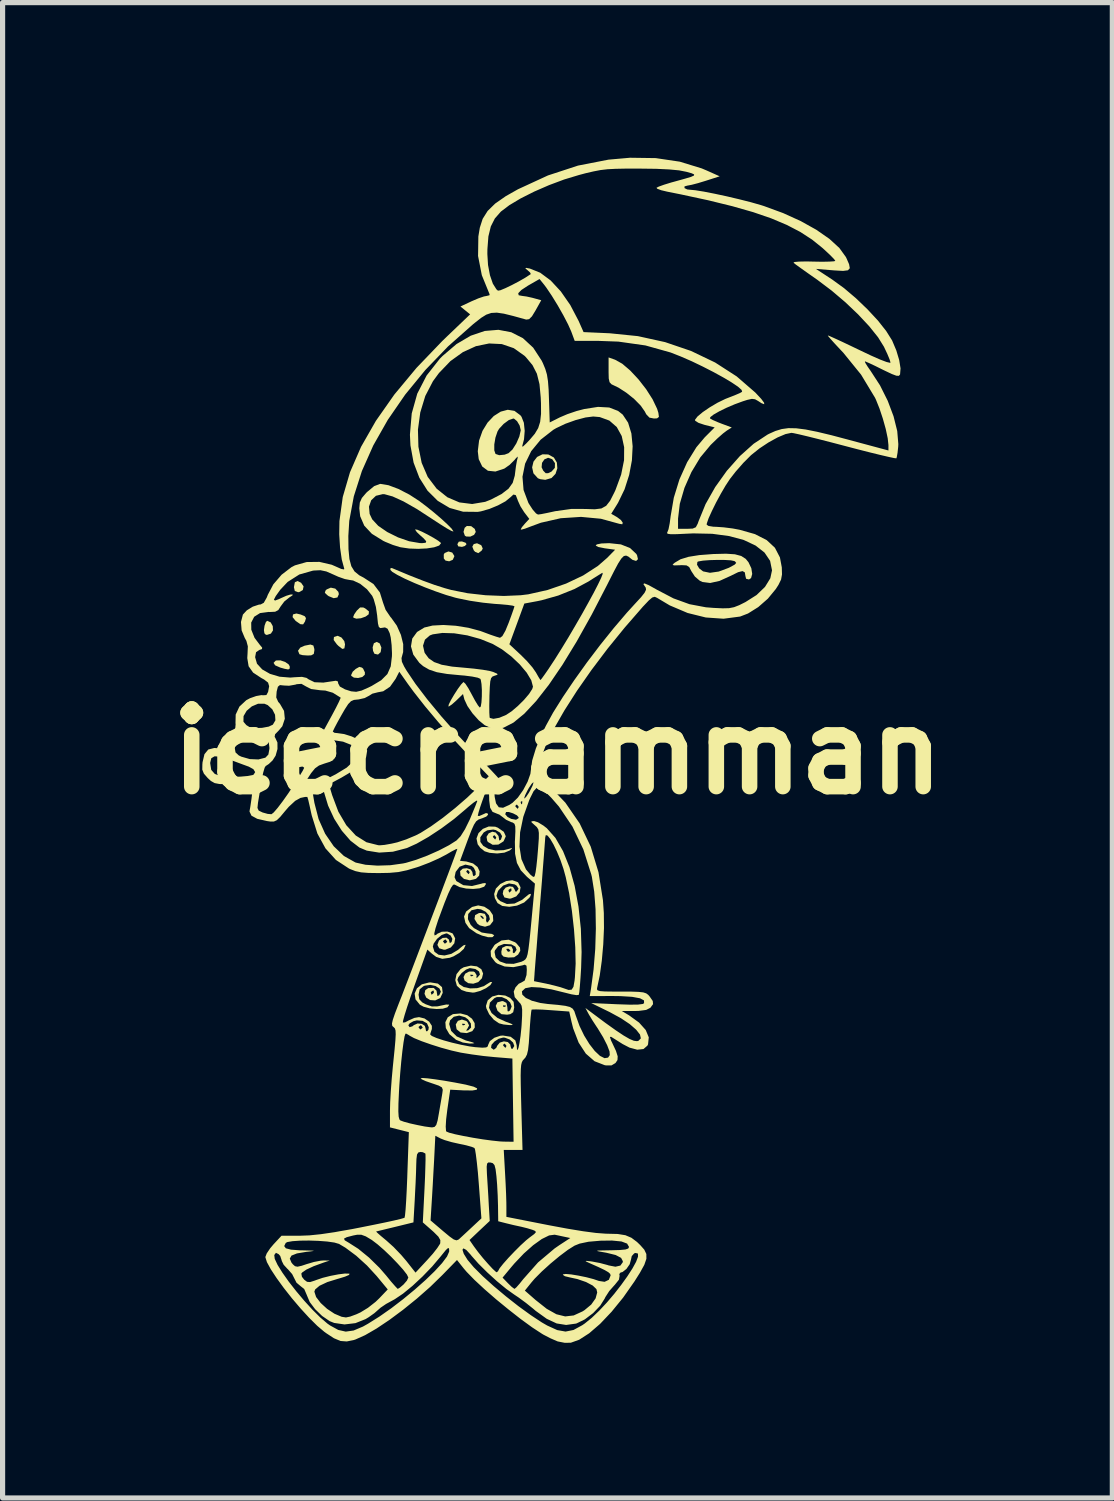
<source format=kicad_pcb>
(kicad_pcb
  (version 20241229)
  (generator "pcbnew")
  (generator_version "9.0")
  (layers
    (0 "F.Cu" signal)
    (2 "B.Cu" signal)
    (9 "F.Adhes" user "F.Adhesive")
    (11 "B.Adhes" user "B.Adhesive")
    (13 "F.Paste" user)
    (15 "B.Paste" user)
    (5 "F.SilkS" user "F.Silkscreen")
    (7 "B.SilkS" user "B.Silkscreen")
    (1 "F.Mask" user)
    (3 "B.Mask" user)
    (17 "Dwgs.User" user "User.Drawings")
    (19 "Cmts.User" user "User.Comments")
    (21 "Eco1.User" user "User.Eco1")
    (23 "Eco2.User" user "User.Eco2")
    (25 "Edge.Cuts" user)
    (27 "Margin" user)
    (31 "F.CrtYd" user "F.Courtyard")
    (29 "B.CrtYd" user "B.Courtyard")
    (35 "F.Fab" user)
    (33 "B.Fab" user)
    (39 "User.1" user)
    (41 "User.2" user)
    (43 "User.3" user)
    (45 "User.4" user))
  (footprint "icecreamman"
    (layer "F.Cu")
    (at 7.729 11.481)
    (property "Reference" "icecreamman" (at 0 0 0) (layer "F.SilkS") (effects (font (size 1.5 1.5) (thickness 0.3))))
    (attr board_only exclude_from_pos_files exclude_from_bom)
    (fp_poly (pts (xy -1.777 -4.037) (xy -1.758 -4.009) (xy -1.791 -3.974) (xy -1.847 -3.957) (xy -1.919 -3.967) (xy -1.936 -4.009) (xy -1.908 -4.058) (xy -1.847 -4.062)) (stroke (width 0) (type solid)) (fill yes) (layer "F.SilkS"))
    (fp_poly (pts (xy -4.957 -3.263) (xy -4.909 -3.193) (xy -4.924 -3.123) (xy -4.993 -3.083) (xy -5.016 -3.081) (xy -5.079 -3.104) (xy -5.096 -3.178) (xy -5.078 -3.273) (xy -5.026 -3.297)) (stroke (width 0) (type solid)) (fill yes) (layer "F.SilkS"))
    (fp_poly (pts (xy -3.438 -2.091) (xy -3.405 -2.01) (xy -3.419 -1.921) (xy -3.47 -1.875) (xy -3.539 -1.89) (xy -3.539 -1.89) (xy -3.566 -1.946) (xy -3.574 -2.015) (xy -3.55 -2.094) (xy -3.495 -2.12)) (stroke (width 0) (type solid)) (fill yes) (layer "F.SilkS"))
    (fp_poly (pts (xy -2.035 -3.847) (xy -1.996 -3.784) (xy -1.995 -3.772) (xy -2.025 -3.707) (xy -2.094 -3.678) (xy -2.165 -3.692) (xy -2.198 -3.733) (xy -2.199 -3.809) (xy -2.182 -3.838) (xy -2.109 -3.869)) (stroke (width 0) (type solid)) (fill yes) (layer "F.SilkS"))
    (fp_poly (pts (xy -1.669 -4.358) (xy -1.6 -4.305) (xy -1.58 -4.246) (xy -1.613 -4.189) (xy -1.687 -4.155) (xy -1.765 -4.158) (xy -1.791 -4.174) (xy -1.817 -4.247) (xy -1.795 -4.326) (xy -1.753 -4.361)) (stroke (width 0) (type solid)) (fill yes) (layer "F.SilkS"))
    (fp_poly (pts (xy -1.481 -3.993) (xy -1.47 -3.983) (xy -1.445 -3.924) (xy -1.467 -3.884) (xy -1.531 -3.836) (xy -1.592 -3.861) (xy -1.618 -3.889) (xy -1.647 -3.961) (xy -1.619 -4.011) (xy -1.556 -4.027)) (stroke (width 0) (type solid)) (fill yes) (layer "F.SilkS"))
    (fp_poly (pts (xy -4.296 -3.15) (xy -4.237 -3.088) (xy -4.227 -3.043) (xy -4.255 -2.979) (xy -4.327 -2.965) (xy -4.424 -3.004) (xy -4.446 -3.02) (xy -4.498 -3.068) (xy -4.486 -3.111) (xy -4.464 -3.134) (xy -4.383 -3.169)) (stroke (width 0) (type solid)) (fill yes) (layer "F.SilkS"))
    (fp_poly (pts (xy -4.177 -2.205) (xy -4.122 -2.135) (xy -4.108 -2.072) (xy -4.12 -1.995) (xy -4.16 -1.984) (xy -4.234 -2.041) (xy -4.267 -2.074) (xy -4.327 -2.156) (xy -4.323 -2.21) (xy -4.317 -2.216) (xy -4.25 -2.238)) (stroke (width 0) (type solid)) (fill yes) (layer "F.SilkS"))
    (fp_poly (pts (xy -5.545 -2.497) (xy -5.505 -2.425) (xy -5.501 -2.342) (xy -5.54 -2.282) (xy -5.553 -2.276) (xy -5.621 -2.254) (xy -5.653 -2.268) (xy -5.667 -2.289) (xy -5.676 -2.349) (xy -5.664 -2.433) (xy -5.638 -2.504) (xy -5.613 -2.528)) (stroke (width 0) (type solid)) (fill yes) (layer "F.SilkS"))
    (fp_poly (pts (xy -5.265 -1.732) (xy -5.194 -1.681) (xy -5.175 -1.64) (xy -5.18 -1.6) (xy -5.207 -1.587) (xy -5.277 -1.6) (xy -5.362 -1.624) (xy -5.459 -1.667) (xy -5.49 -1.714) (xy -5.45 -1.756) (xy -5.438 -1.761) (xy -5.357 -1.763)) (stroke (width 0) (type solid)) (fill yes) (layer "F.SilkS"))
    (fp_poly (pts (xy -4.964 -2.649) (xy -4.885 -2.615) (xy -4.863 -2.579) (xy -4.882 -2.514) (xy -4.883 -2.512) (xy -4.918 -2.459) (xy -4.971 -2.462) (xy -5.06 -2.524) (xy -5.062 -2.525) (xy -5.122 -2.599) (xy -5.114 -2.651) (xy -5.049 -2.669)) (stroke (width 0) (type solid)) (fill yes) (layer "F.SilkS"))
    (fp_poly (pts (xy -3.781 -1.623) (xy -3.758 -1.603) (xy -3.723 -1.529) (xy -3.726 -1.484) (xy -3.775 -1.441) (xy -3.855 -1.422) (xy -3.936 -1.429) (xy -3.986 -1.462) (xy -3.99 -1.479) (xy -3.96 -1.543) (xy -3.902 -1.597) (xy -3.831 -1.637)) (stroke (width 0) (type solid)) (fill yes) (layer "F.SilkS"))
    (fp_poly (pts (xy -3.756 -2.786) (xy -3.72 -2.769) (xy -3.646 -2.71) (xy -3.65 -2.654) (xy -3.711 -2.609) (xy -3.801 -2.577) (xy -3.889 -2.569) (xy -3.944 -2.587) (xy -3.95 -2.603) (xy -3.928 -2.656) (xy -3.878 -2.727) (xy -3.816 -2.786)) (stroke (width 0) (type solid)) (fill yes) (layer "F.SilkS"))
    (fp_poly (pts (xy -4.72 -2.05) (xy -4.701 -1.982) (xy -4.701 -1.953) (xy -4.712 -1.887) (xy -4.762 -1.86) (xy -4.832 -1.857) (xy -4.93 -1.864) (xy -4.989 -1.881) (xy -4.99 -1.883) (xy -5.017 -1.949) (xy -4.973 -2.01) (xy -4.888 -2.047) (xy -4.777 -2.069)) (stroke (width 0) (type solid)) (fill yes) (layer "F.SilkS"))
    (fp_poly (pts (xy 1.113 -7.576) (xy 1.251 -7.499) (xy 1.406 -7.367) (xy 1.565 -7.197) (xy 1.714 -7.006) (xy 1.839 -6.81) (xy 1.926 -6.628) (xy 1.951 -6.548) (xy 1.961 -6.47) (xy 1.925 -6.442) (xy 1.865 -6.439) (xy 1.778 -6.456) (xy 1.716 -6.521) (xy 1.688 -6.575) (xy 1.609 -6.688) (xy 1.483 -6.816) (xy 1.331 -6.938) (xy 1.179 -7.036) (xy 1.111 -7.069) (xy 1.044 -7.101) (xy 1.007 -7.141) (xy 0.991 -7.212) (xy 0.988 -7.334) (xy 0.988 -7.37) (xy 0.988 -7.62)) (stroke (width 0) (type solid)) (fill yes) (layer "F.SilkS"))
    (fp_poly (pts (xy -0.178 -5.744) (xy -0.07 -5.685) (xy -0.012 -5.588) (xy -0.003 -5.476) (xy -0.038 -5.369) (xy -0.116 -5.288) (xy -0.234 -5.254) (xy -0.24 -5.254) (xy -0.333 -5.266) (xy -0.379 -5.284) (xy -0.465 -5.379) (xy -0.49 -5.492) (xy -0.49 -5.496) (xy -0.307 -5.496) (xy -0.275 -5.43) (xy -0.228 -5.382) (xy -0.183 -5.381) (xy -0.116 -5.413) (xy -0.051 -5.485) (xy -0.049 -5.576) (xy -0.102 -5.652) (xy -0.181 -5.68) (xy -0.252 -5.65) (xy -0.299 -5.582) (xy -0.307 -5.496) (xy -0.49 -5.496) (xy -0.464 -5.605) (xy -0.394 -5.696) (xy -0.29 -5.747)) (stroke (width 0) (type solid)) (fill yes) (layer "F.SilkS"))
    (fp_poly (pts (xy -1.745 5.098) (xy -1.653 5.166) (xy -1.602 5.251) (xy -1.599 5.336) (xy -1.647 5.406) (xy -1.753 5.444) (xy -1.754 5.444) (xy -1.874 5.432) (xy -1.95 5.37) (xy -1.967 5.277) (xy -1.961 5.267) (xy -1.843 5.267) (xy -1.838 5.29) (xy -1.817 5.293) (xy -1.785 5.279) (xy -1.791 5.267) (xy -1.838 5.262) (xy -1.843 5.267) (xy -1.961 5.267) (xy -1.925 5.207) (xy -1.847 5.182) (xy -1.764 5.209) (xy -1.74 5.232) (xy -1.709 5.296) (xy -1.739 5.353) (xy -1.767 5.396) (xy -1.735 5.393) (xy -1.722 5.388) (xy -1.67 5.336) (xy -1.675 5.258) (xy -1.73 5.178) (xy -1.784 5.138) (xy -1.9 5.105) (xy -2.005 5.128) (xy -2.076 5.197) (xy -2.094 5.268) (xy -2.056 5.401) (xy -1.949 5.508) (xy -1.776 5.585) (xy -1.756 5.591) (xy -1.646 5.621) (xy -1.607 5.637) (xy -1.634 5.644) (xy -1.699 5.646) (xy -1.83 5.626) (xy -1.958 5.575) (xy -1.963 5.572) (xy -2.091 5.464) (xy -2.159 5.346) (xy -2.168 5.233) (xy -2.121 5.138) (xy -2.021 5.077) (xy -1.874 5.064)) (stroke (width 0) (type solid)) (fill yes) (layer "F.SilkS"))
    (fp_poly (pts (xy -1.415 3) (xy -1.313 3.066) (xy -1.249 3.161) (xy -1.242 3.27) (xy -1.245 3.28) (xy -1.305 3.358) (xy -1.401 3.387) (xy -1.504 3.361) (xy -1.55 3.327) (xy -1.605 3.237) (xy -1.594 3.172) (xy -1.495 3.172) (xy -1.485 3.194) (xy -1.445 3.236) (xy -1.422 3.227) (xy -1.422 3.222) (xy -1.45 3.188) (xy -1.468 3.176) (xy -1.495 3.172) (xy -1.594 3.172) (xy -1.593 3.163) (xy -1.518 3.123) (xy -1.483 3.121) (xy -1.404 3.138) (xy -1.376 3.2) (xy -1.381 3.273) (xy -1.365 3.306) (xy -1.346 3.3) (xy -1.307 3.242) (xy -1.325 3.169) (xy -1.387 3.099) (xy -1.478 3.052) (xy -1.546 3.042) (xy -1.663 3.069) (xy -1.726 3.141) (xy -1.732 3.24) (xy -1.678 3.35) (xy -1.617 3.413) (xy -1.464 3.499) (xy -1.36 3.516) (xy -1.27 3.526) (xy -1.225 3.551) (xy -1.225 3.555) (xy -1.257 3.589) (xy -1.342 3.59) (xy -1.461 3.558) (xy -1.566 3.513) (xy -1.709 3.414) (xy -1.78 3.311) (xy -1.807 3.19) (xy -1.767 3.094) (xy -1.655 3.008) (xy -1.651 3.005) (xy -1.534 2.975)) (stroke (width 0) (type solid)) (fill yes) (layer "F.SilkS"))
    (fp_poly (pts (xy -1.01 4.718) (xy -0.915 4.764) (xy -0.848 4.839) (xy -0.837 4.947) (xy -0.837 4.951) (xy -0.857 5.041) (xy -0.912 5.078) (xy -0.974 5.088) (xy -1.084 5.078) (xy -1.159 5.013) (xy -1.16 5.012) (xy -1.194 4.918) (xy -1.191 4.911) (xy -1.053 4.911) (xy -1.048 4.935) (xy -1.027 4.938) (xy -0.995 4.923) (xy -1.001 4.911) (xy -1.048 4.907) (xy -1.053 4.911) (xy -1.191 4.911) (xy -1.161 4.849) (xy -1.073 4.825) (xy -1.05 4.827) (xy -0.987 4.86) (xy -0.969 4.944) (xy -0.969 4.948) (xy -0.965 5.02) (xy -0.941 5.024) (xy -0.916 5.002) (xy -0.886 4.929) (xy -0.914 4.854) (xy -0.983 4.788) (xy -1.075 4.748) (xy -1.172 4.747) (xy -1.218 4.767) (xy -1.307 4.855) (xy -1.324 4.955) (xy -1.274 5.056) (xy -1.16 5.151) (xy -1.004 5.222) (xy -0.899 5.261) (xy -0.863 5.281) (xy -0.891 5.289) (xy -0.928 5.289) (xy -1.045 5.277) (xy -1.13 5.255) (xy -1.231 5.186) (xy -1.321 5.079) (xy -1.375 4.965) (xy -1.383 4.919) (xy -1.349 4.811) (xy -1.262 4.737) (xy -1.142 4.704)) (stroke (width 0) (type solid)) (fill yes) (layer "F.SilkS"))
    (fp_poly (pts (xy -1.204 1.453) (xy -1.154 1.472) (xy -1.038 1.552) (xy -0.999 1.638) (xy -1.04 1.73) (xy -1.046 1.738) (xy -1.144 1.799) (xy -1.253 1.803) (xy -1.344 1.749) (xy -1.358 1.729) (xy -1.372 1.649) (xy -1.369 1.644) (xy -1.25 1.644) (xy -1.244 1.659) (xy -1.209 1.697) (xy -1.202 1.699) (xy -1.186 1.668) (xy -1.185 1.659) (xy -1.215 1.621) (xy -1.227 1.62) (xy -1.25 1.644) (xy -1.369 1.644) (xy -1.331 1.582) (xy -1.26 1.55) (xy -1.194 1.566) (xy -1.14 1.633) (xy -1.132 1.679) (xy -1.126 1.722) (xy -1.093 1.702) (xy -1.071 1.636) (xy -1.109 1.569) (xy -1.192 1.519) (xy -1.242 1.508) (xy -1.359 1.524) (xy -1.426 1.564) (xy -1.492 1.658) (xy -1.491 1.748) (xy -1.434 1.825) (xy -1.333 1.883) (xy -1.199 1.913) (xy -1.044 1.907) (xy -0.948 1.884) (xy -0.881 1.865) (xy -0.883 1.878) (xy -0.926 1.914) (xy -1.026 1.955) (xy -1.166 1.971) (xy -1.311 1.959) (xy -1.408 1.929) (xy -1.492 1.862) (xy -1.543 1.793) (xy -1.566 1.681) (xy -1.527 1.577) (xy -1.443 1.495) (xy -1.329 1.449)) (stroke (width 0) (type solid)) (fill yes) (layer "F.SilkS"))
    (fp_poly (pts (xy -2.312 4.487) (xy -2.233 4.555) (xy -2.219 4.665) (xy -2.267 4.766) (xy -2.364 4.812) (xy -2.463 4.805) (xy -2.538 4.758) (xy -2.571 4.684) (xy -2.566 4.661) (xy -2.449 4.661) (xy -2.436 4.7) (xy -2.432 4.701) (xy -2.398 4.673) (xy -2.39 4.661) (xy -2.393 4.625) (xy -2.407 4.622) (xy -2.448 4.65) (xy -2.449 4.661) (xy -2.566 4.661) (xy -2.556 4.613) (xy -2.499 4.574) (xy -2.393 4.57) (xy -2.338 4.625) (xy -2.331 4.672) (xy -2.321 4.728) (xy -2.287 4.712) (xy -2.286 4.711) (xy -2.254 4.643) (xy -2.284 4.58) (xy -2.358 4.533) (xy -2.457 4.512) (xy -2.566 4.527) (xy -2.59 4.537) (xy -2.665 4.598) (xy -2.686 4.701) (xy -2.672 4.789) (xy -2.615 4.85) (xy -2.547 4.887) (xy -2.43 4.929) (xy -2.319 4.927) (xy -2.25 4.912) (xy -2.154 4.892) (xy -2.099 4.893) (xy -2.094 4.9) (xy -2.128 4.945) (xy -2.217 4.972) (xy -2.338 4.978) (xy -2.47 4.966) (xy -2.589 4.934) (xy -2.661 4.895) (xy -2.745 4.792) (xy -2.762 4.68) (xy -2.718 4.578) (xy -2.623 4.501) (xy -2.482 4.465) (xy -2.454 4.464)) (stroke (width 0) (type solid)) (fill yes) (layer "F.SilkS"))
    (fp_poly (pts (xy -1.557 4.154) (xy -1.473 4.208) (xy -1.438 4.292) (xy -1.461 4.384) (xy -1.533 4.458) (xy -1.628 4.489) (xy -1.724 4.479) (xy -1.795 4.431) (xy -1.817 4.362) (xy -1.796 4.319) (xy -1.685 4.319) (xy -1.68 4.342) (xy -1.659 4.345) (xy -1.627 4.331) (xy -1.633 4.319) (xy -1.68 4.314) (xy -1.685 4.319) (xy -1.796 4.319) (xy -1.784 4.295) (xy -1.708 4.253) (xy -1.625 4.253) (xy -1.598 4.268) (xy -1.562 4.326) (xy -1.567 4.356) (xy -1.567 4.378) (xy -1.547 4.369) (xy -1.499 4.311) (xy -1.517 4.252) (xy -1.587 4.205) (xy -1.695 4.187) (xy -1.769 4.216) (xy -1.853 4.283) (xy -1.917 4.363) (xy -1.936 4.414) (xy -1.901 4.496) (xy -1.812 4.553) (xy -1.689 4.58) (xy -1.553 4.575) (xy -1.424 4.536) (xy -1.368 4.5) (xy -1.299 4.457) (xy -1.265 4.457) (xy -1.264 4.461) (xy -1.298 4.516) (xy -1.383 4.576) (xy -1.493 4.628) (xy -1.602 4.658) (xy -1.639 4.661) (xy -1.763 4.643) (xy -1.856 4.61) (xy -1.945 4.529) (xy -1.976 4.419) (xy -1.952 4.304) (xy -1.874 4.207) (xy -1.812 4.171) (xy -1.675 4.139)) (stroke (width 0) (type solid)) (fill yes) (layer "F.SilkS"))
    (fp_poly (pts (xy -0.773 2.523) (xy -0.758 2.536) (xy -0.714 2.626) (xy -0.731 2.721) (xy -0.798 2.801) (xy -0.901 2.842) (xy -0.929 2.844) (xy -1.026 2.821) (xy -1.058 2.752) (xy -1.047 2.686) (xy -0.948 2.686) (xy -0.935 2.725) (xy -0.931 2.726) (xy -0.897 2.698) (xy -0.889 2.686) (xy -0.892 2.65) (xy -0.906 2.647) (xy -0.946 2.675) (xy -0.948 2.686) (xy -1.047 2.686) (xy -1.047 2.686) (xy -1.001 2.63) (xy -0.928 2.606) (xy -0.861 2.617) (xy -0.83 2.665) (xy -0.83 2.669) (xy -0.81 2.71) (xy -0.79 2.706) (xy -0.752 2.653) (xy -0.789 2.594) (xy -0.827 2.569) (xy -0.937 2.55) (xy -1.051 2.592) (xy -1.14 2.682) (xy -1.155 2.71) (xy -1.18 2.79) (xy -1.156 2.847) (xy -1.106 2.892) (xy -0.978 2.948) (xy -0.831 2.939) (xy -0.682 2.866) (xy -0.626 2.819) (xy -0.551 2.759) (xy -0.513 2.751) (xy -0.523 2.794) (xy -0.544 2.827) (xy -0.645 2.919) (xy -0.783 2.979) (xy -0.932 3.002) (xy -1.068 2.985) (xy -1.159 2.93) (xy -1.211 2.834) (xy -1.225 2.755) (xy -1.191 2.649) (xy -1.106 2.562) (xy -0.992 2.505) (xy -0.873 2.488)) (stroke (width 0) (type solid)) (fill yes) (layer "F.SilkS"))
    (fp_poly (pts (xy 3.43 -3.814) (xy 3.553 -3.781) (xy 3.64 -3.725) (xy 3.693 -3.66) (xy 3.748 -3.544) (xy 3.765 -3.434) (xy 3.743 -3.354) (xy 3.703 -3.327) (xy 3.647 -3.34) (xy 3.634 -3.392) (xy 3.622 -3.464) (xy 3.578 -3.489) (xy 3.493 -3.468) (xy 3.353 -3.399) (xy 3.353 -3.399) (xy 3.133 -3.299) (xy 2.952 -3.259) (xy 2.804 -3.278) (xy 2.752 -3.302) (xy 2.657 -3.383) (xy 2.588 -3.488) (xy 2.548 -3.565) (xy 2.496 -3.599) (xy 2.404 -3.604) (xy 2.364 -3.602) (xy 2.261 -3.599) (xy 2.226 -3.607) (xy 2.229 -3.612) (xy 2.698 -3.612) (xy 2.74 -3.541) (xy 2.816 -3.483) (xy 2.817 -3.483) (xy 2.948 -3.456) (xy 3.118 -3.48) (xy 3.309 -3.551) (xy 3.333 -3.563) (xy 3.426 -3.614) (xy 3.456 -3.647) (xy 3.433 -3.675) (xy 3.419 -3.683) (xy 3.353 -3.697) (xy 3.237 -3.704) (xy 3.092 -3.705) (xy 2.943 -3.701) (xy 2.813 -3.691) (xy 2.726 -3.676) (xy 2.705 -3.666) (xy 2.698 -3.612) (xy 2.229 -3.612) (xy 2.246 -3.634) (xy 2.27 -3.653) (xy 2.38 -3.718) (xy 2.534 -3.765) (xy 2.741 -3.798) (xy 3.015 -3.819) (xy 3.022 -3.819) (xy 3.258 -3.825)) (stroke (width 0) (type solid)) (fill yes) (layer "F.SilkS"))
    (fp_poly (pts (xy -3.267 -5.149) (xy -3.075 -5.077) (xy -2.864 -4.968) (xy -2.677 -4.847) (xy -2.53 -4.736) (xy -2.381 -4.616) (xy -2.243 -4.498) (xy -2.128 -4.392) (xy -2.047 -4.31) (xy -2.014 -4.261) (xy -2.015 -4.254) (xy -2.053 -4.267) (xy -2.143 -4.317) (xy -2.269 -4.396) (xy -2.41 -4.488) (xy -2.717 -4.688) (xy -2.977 -4.836) (xy -3.187 -4.932) (xy -3.343 -4.975) (xy -3.378 -4.977) (xy -3.51 -4.945) (xy -3.602 -4.858) (xy -3.645 -4.735) (xy -3.632 -4.594) (xy -3.582 -4.489) (xy -3.465 -4.363) (xy -3.291 -4.244) (xy -3.084 -4.141) (xy -2.868 -4.066) (xy -2.664 -4.031) (xy -2.619 -4.029) (xy -2.548 -4.037) (xy -2.538 -4.065) (xy -2.589 -4.123) (xy -2.648 -4.175) (xy -2.72 -4.243) (xy -2.751 -4.288) (xy -2.75 -4.295) (xy -2.708 -4.288) (xy -2.621 -4.251) (xy -2.51 -4.195) (xy -2.398 -4.133) (xy -2.306 -4.076) (xy -2.255 -4.035) (xy -2.252 -4.028) (xy -2.288 -3.983) (xy -2.385 -3.949) (xy -2.526 -3.927) (xy -2.692 -3.919) (xy -2.866 -3.925) (xy -3.03 -3.949) (xy -3.052 -3.954) (xy -3.184 -3.995) (xy -3.33 -4.055) (xy -3.368 -4.073) (xy -3.589 -4.21) (xy -3.736 -4.367) (xy -3.815 -4.549) (xy -3.832 -4.703) (xy -3.822 -4.814) (xy -3.782 -4.903) (xy -3.697 -5.003) (xy -3.678 -5.021) (xy -3.544 -5.132) (xy -3.432 -5.174) (xy -3.422 -5.175)) (stroke (width 0) (type solid)) (fill yes) (layer "F.SilkS"))
    (fp_poly (pts (xy -0.894 -8.107) (xy -0.668 -7.992) (xy -0.47 -7.809) (xy -0.306 -7.558) (xy -0.282 -7.509) (xy -0.236 -7.398) (xy -0.204 -7.29) (xy -0.184 -7.162) (xy -0.171 -6.993) (xy -0.165 -6.825) (xy -0.15 -6.363) (xy 0.045 -6.461) (xy 0.19 -6.523) (xy 0.37 -6.584) (xy 0.516 -6.622) (xy 0.784 -6.664) (xy 1 -6.652) (xy 1.171 -6.586) (xy 1.261 -6.515) (xy 1.365 -6.359) (xy 1.429 -6.15) (xy 1.453 -5.902) (xy 1.439 -5.63) (xy 1.386 -5.348) (xy 1.297 -5.07) (xy 1.172 -4.812) (xy 1.151 -4.777) (xy 1.039 -4.597) (xy 1.152 -4.532) (xy 1.227 -4.476) (xy 1.262 -4.424) (xy 1.253 -4.394) (xy 1.195 -4.403) (xy 0.839 -4.501) (xy 0.455 -4.537) (xy 0.062 -4.511) (xy -0.321 -4.424) (xy -0.524 -4.349) (xy -0.629 -4.309) (xy -0.697 -4.291) (xy -0.711 -4.295) (xy -0.687 -4.339) (xy -0.628 -4.409) (xy -0.628 -4.409) (xy -0.545 -4.498) (xy -0.645 -4.629) (xy -0.716 -4.741) (xy -0.766 -4.851) (xy -0.772 -4.869) (xy -0.806 -4.957) (xy -0.852 -4.969) (xy -0.911 -4.915) (xy -1.005 -4.838) (xy -1.149 -4.76) (xy -1.316 -4.691) (xy -1.48 -4.644) (xy -1.541 -4.634) (xy -1.825 -4.637) (xy -2.085 -4.71) (xy -2.316 -4.848) (xy -2.513 -5.044) (xy -2.67 -5.292) (xy -2.782 -5.586) (xy -2.843 -5.919) (xy -2.853 -6.126) (xy -2.845 -6.224) (xy -2.698 -6.224) (xy -2.689 -5.893) (xy -2.626 -5.582) (xy -2.509 -5.31) (xy -2.337 -5.083) (xy -2.13 -4.917) (xy -1.897 -4.817) (xy -1.65 -4.786) (xy -1.398 -4.828) (xy -1.284 -4.873) (xy -1.083 -4.978) (xy -0.948 -5.081) (xy -0.866 -5.195) (xy -0.832 -5.313) (xy -0.677 -5.313) (xy -0.656 -5.057) (xy -0.563 -4.809) (xy -0.552 -4.79) (xy -0.48 -4.679) (xy -0.415 -4.604) (xy -0.377 -4.582) (xy -0.312 -4.591) (xy -0.196 -4.614) (xy -0.053 -4.645) (xy -0.052 -4.646) (xy 0.27 -4.691) (xy 0.541 -4.69) (xy 0.722 -4.684) (xy 0.849 -4.7) (xy 0.941 -4.751) (xy 1.017 -4.848) (xy 1.097 -5.005) (xy 1.121 -5.056) (xy 1.231 -5.355) (xy 1.287 -5.634) (xy 1.289 -5.884) (xy 1.242 -6.1) (xy 1.146 -6.274) (xy 1.003 -6.399) (xy 0.817 -6.467) (xy 0.691 -6.478) (xy 0.541 -6.459) (xy 0.352 -6.409) (xy 0.154 -6.338) (xy -0.023 -6.254) (xy -0.08 -6.221) (xy -0.325 -6.03) (xy -0.508 -5.808) (xy -0.626 -5.566) (xy -0.677 -5.313) (xy -0.832 -5.313) (xy -0.826 -5.333) (xy -0.82 -5.382) (xy -0.803 -5.517) (xy -0.783 -5.629) (xy -0.772 -5.669) (xy -0.767 -5.704) (xy -0.8 -5.675) (xy -0.83 -5.638) (xy -0.926 -5.542) (xy -1.029 -5.47) (xy -1.2 -5.414) (xy -1.345 -5.429) (xy -1.455 -5.511) (xy -1.523 -5.653) (xy -1.541 -5.807) (xy -1.539 -5.823) (xy -1.222 -5.823) (xy -1.198 -5.754) (xy -1.198 -5.754) (xy -1.127 -5.73) (xy -1.022 -5.74) (xy -0.946 -5.769) (xy -0.871 -5.839) (xy -0.796 -5.957) (xy -0.738 -6.09) (xy -0.711 -6.208) (xy -0.711 -6.217) (xy -0.732 -6.304) (xy -0.782 -6.388) (xy -0.84 -6.436) (xy -0.854 -6.439) (xy -0.941 -6.409) (xy -1.041 -6.335) (xy -1.129 -6.24) (xy -1.16 -6.188) (xy -1.2 -6.069) (xy -1.222 -5.938) (xy -1.222 -5.823) (xy -1.539 -5.823) (xy -1.516 -6.013) (xy -1.45 -6.2) (xy -1.352 -6.36) (xy -1.232 -6.487) (xy -1.098 -6.572) (xy -0.962 -6.608) (xy -0.832 -6.587) (xy -0.718 -6.502) (xy -0.695 -6.472) (xy -0.65 -6.357) (xy -0.634 -6.201) (xy -0.647 -6.038) (xy -0.672 -5.943) (xy -0.684 -5.897) (xy -0.663 -5.901) (xy -0.603 -5.958) (xy -0.536 -6.029) (xy -0.438 -6.145) (xy -0.373 -6.254) (xy -0.335 -6.375) (xy -0.318 -6.529) (xy -0.319 -6.733) (xy -0.324 -6.845) (xy -0.348 -7.103) (xy -0.398 -7.305) (xy -0.483 -7.471) (xy -0.61 -7.624) (xy -0.638 -7.652) (xy -0.845 -7.799) (xy -1.076 -7.878) (xy -1.322 -7.89) (xy -1.576 -7.838) (xy -1.828 -7.723) (xy -2.07 -7.549) (xy -2.292 -7.318) (xy -2.408 -7.16) (xy -2.556 -6.875) (xy -2.653 -6.557) (xy -2.698 -6.224) (xy -2.845 -6.224) (xy -2.818 -6.538) (xy -2.711 -6.92) (xy -2.53 -7.271) (xy -2.276 -7.594) (xy -2.223 -7.648) (xy -1.952 -7.879) (xy -1.678 -8.04) (xy -1.406 -8.132) (xy -1.142 -8.154)) (stroke (width 0) (type solid)) (fill yes) (layer "F.SilkS"))
    (fp_poly (pts (xy 1.226 -4.005) (xy 1.404 -3.934) (xy 1.523 -3.822) (xy 1.538 -3.797) (xy 1.556 -3.719) (xy 1.52 -3.685) (xy 1.45 -3.707) (xy 1.429 -3.723) (xy 1.373 -3.768) (xy 1.327 -3.789) (xy 1.283 -3.78) (xy 1.234 -3.731) (xy 1.173 -3.636) (xy 1.093 -3.486) (xy 0.986 -3.275) (xy 0.964 -3.231) (xy 0.662 -2.648) (xy 0.372 -2.129) (xy 0.096 -1.677) (xy -0.166 -1.292) (xy -0.412 -0.977) (xy -0.641 -0.732) (xy -0.852 -0.559) (xy -1.044 -0.46) (xy -1.188 -0.435) (xy -1.286 -0.455) (xy -1.399 -0.505) (xy -1.411 -0.512) (xy -1.524 -0.605) (xy -1.642 -0.737) (xy -1.741 -0.88) (xy -1.8 -1.007) (xy -1.803 -1.018) (xy -1.827 -1.112) (xy -1.96 -0.983) (xy -2.041 -0.911) (xy -2.097 -0.873) (xy -2.11 -0.872) (xy -2.101 -0.913) (xy -2.059 -0.997) (xy -1.997 -1.102) (xy -1.928 -1.209) (xy -1.865 -1.295) (xy -1.821 -1.341) (xy -1.815 -1.343) (xy -1.78 -1.31) (xy -1.724 -1.225) (xy -1.661 -1.109) (xy -1.594 -0.985) (xy -1.537 -0.892) (xy -1.502 -0.85) (xy -1.483 -0.872) (xy -1.47 -0.951) (xy -1.463 -1.064) (xy -1.462 -1.189) (xy -1.469 -1.304) (xy -1.483 -1.386) (xy -1.492 -1.406) (xy -1.542 -1.428) (xy -1.651 -1.45) (xy -1.8 -1.469) (xy -1.876 -1.475) (xy -2.136 -1.5) (xy -2.333 -1.534) (xy -2.482 -1.584) (xy -2.599 -1.652) (xy -2.671 -1.715) (xy -2.788 -1.874) (xy -2.833 -2.034) (xy -2.831 -2.046) (xy -2.6 -2.046) (xy -2.571 -1.916) (xy -2.563 -1.901) (xy -2.49 -1.803) (xy -2.385 -1.73) (xy -2.239 -1.678) (xy -2.037 -1.642) (xy -1.808 -1.621) (xy -1.616 -1.603) (xy -1.442 -1.581) (xy -1.307 -1.557) (xy -1.244 -1.539) (xy -1.167 -1.505) (xy -1.159 -1.485) (xy -1.212 -1.467) (xy -1.216 -1.466) (xy -1.257 -1.45) (xy -1.284 -1.418) (xy -1.3 -1.355) (xy -1.309 -1.246) (xy -1.316 -1.074) (xy -1.316 -1.055) (xy -1.319 -0.889) (xy -1.318 -0.754) (xy -1.313 -0.67) (xy -1.309 -0.65) (xy -1.239 -0.632) (xy -1.125 -0.653) (xy -0.995 -0.707) (xy -0.887 -0.778) (xy -0.766 -0.881) (xy -0.648 -0.998) (xy -0.55 -1.113) (xy -0.488 -1.209) (xy -0.474 -1.255) (xy -0.507 -1.378) (xy -0.596 -1.526) (xy -0.729 -1.684) (xy -0.893 -1.839) (xy -1.075 -1.977) (xy -1.242 -2.074) (xy -0.93 -2.074) (xy -0.71 -1.869) (xy -0.589 -1.748) (xy -0.483 -1.625) (xy -0.414 -1.525) (xy -0.414 -1.524) (xy -0.364 -1.436) (xy -0.332 -1.386) (xy -0.328 -1.383) (xy -0.303 -1.413) (xy -0.246 -1.492) (xy -0.169 -1.603) (xy -0.164 -1.611) (xy -0.049 -1.786) (xy 0.077 -1.987) (xy 0.21 -2.205) (xy 0.343 -2.432) (xy 0.473 -2.657) (xy 0.592 -2.871) (xy 0.698 -3.065) (xy 0.783 -3.23) (xy 0.844 -3.357) (xy 0.874 -3.435) (xy 0.869 -3.457) (xy 0.866 -3.455) (xy 0.804 -3.417) (xy 0.7 -3.352) (xy 0.6 -3.288) (xy 0.328 -3.142) (xy 0.014 -3.016) (xy -0.308 -2.925) (xy -0.389 -2.908) (xy -0.641 -2.861) (xy -0.785 -2.468) (xy -0.93 -2.074) (xy -1.242 -2.074) (xy -1.248 -2.078) (xy -1.488 -2.175) (xy -1.744 -2.246) (xy -1.996 -2.286) (xy -2.225 -2.293) (xy -2.412 -2.266) (xy -2.468 -2.245) (xy -2.563 -2.163) (xy -2.6 -2.046) (xy -2.831 -2.046) (xy -2.808 -2.184) (xy -2.715 -2.312) (xy -2.574 -2.398) (xy -2.416 -2.436) (xy -2.206 -2.447) (xy -1.967 -2.432) (xy -1.723 -2.393) (xy -1.494 -2.332) (xy -1.442 -2.313) (xy -1.3 -2.26) (xy -1.183 -2.22) (xy -1.114 -2.2) (xy -1.11 -2.2) (xy -1.066 -2.232) (xy -1.007 -2.336) (xy -0.944 -2.489) (xy -0.892 -2.63) (xy -0.853 -2.741) (xy -0.833 -2.803) (xy -0.832 -2.809) (xy -0.867 -2.821) (xy -0.965 -2.835) (xy -1.108 -2.848) (xy -1.215 -2.855) (xy -1.441 -2.878) (xy -1.696 -2.916) (xy -1.93 -2.964) (xy -1.976 -2.975) (xy -2.154 -3.027) (xy -2.354 -3.096) (xy -2.563 -3.175) (xy -2.765 -3.258) (xy -2.948 -3.34) (xy -3.096 -3.415) (xy -3.195 -3.475) (xy -3.232 -3.512) (xy -3.226 -3.55) (xy -3.195 -3.545) (xy -2.869 -3.409) (xy -2.6 -3.303) (xy -2.375 -3.221) (xy -2.18 -3.159) (xy -2.054 -3.124) (xy -1.738 -3.061) (xy -1.389 -3.022) (xy -1.037 -3.008) (xy -0.712 -3.022) (xy -0.565 -3.04) (xy -0.194 -3.123) (xy 0.165 -3.247) (xy 0.496 -3.404) (xy 0.779 -3.587) (xy 0.962 -3.746) (xy 1.114 -3.902) (xy 0.912 -3.93) (xy 0.788 -3.955) (xy 0.739 -3.981) (xy 0.76 -4.005) (xy 0.85 -4.023) (xy 1 -4.029)) (stroke (width 0) (type solid)) (fill yes) (layer "F.SilkS"))
    (fp_poly (pts (xy 1.899 -11.474) (xy 2.365 -11.405) (xy 2.789 -11.275) (xy 2.888 -11.233) (xy 3.136 -11.122) (xy 2.862 -11.034) (xy 2.717 -10.99) (xy 2.595 -10.958) (xy 2.521 -10.944) (xy 2.518 -10.944) (xy 2.456 -10.927) (xy 2.456 -10.894) (xy 2.508 -10.868) (xy 2.553 -10.863) (xy 2.663 -10.853) (xy 2.831 -10.826) (xy 3.04 -10.785) (xy 3.273 -10.735) (xy 3.51 -10.679) (xy 3.736 -10.622) (xy 3.932 -10.566) (xy 3.992 -10.547) (xy 4.363 -10.411) (xy 4.704 -10.256) (xy 5.005 -10.088) (xy 5.257 -9.913) (xy 5.45 -9.736) (xy 5.575 -9.563) (xy 5.585 -9.544) (xy 5.638 -9.422) (xy 5.652 -9.345) (xy 5.616 -9.305) (xy 5.522 -9.293) (xy 5.361 -9.302) (xy 5.323 -9.305) (xy 4.997 -9.332) (xy 5.313 -9.125) (xy 5.539 -8.961) (xy 5.77 -8.765) (xy 5.993 -8.551) (xy 6.194 -8.335) (xy 6.356 -8.13) (xy 6.467 -7.953) (xy 6.47 -7.948) (xy 6.551 -7.756) (xy 6.607 -7.569) (xy 6.633 -7.408) (xy 6.624 -7.294) (xy 6.622 -7.288) (xy 6.6 -7.264) (xy 6.551 -7.267) (xy 6.463 -7.3) (xy 6.322 -7.367) (xy 6.283 -7.386) (xy 6.14 -7.457) (xy 6.025 -7.511) (xy 5.955 -7.541) (xy 5.943 -7.545) (xy 5.951 -7.516) (xy 5.997 -7.442) (xy 6.056 -7.357) (xy 6.236 -7.08) (xy 6.385 -6.782) (xy 6.498 -6.482) (xy 6.569 -6.197) (xy 6.59 -5.945) (xy 6.588 -5.896) (xy 6.575 -5.776) (xy 6.56 -5.692) (xy 6.552 -5.669) (xy 6.51 -5.674) (xy 6.402 -5.697) (xy 6.239 -5.735) (xy 6.031 -5.786) (xy 5.788 -5.848) (xy 5.567 -5.906) (xy 5.3 -5.976) (xy 5.054 -6.039) (xy 4.842 -6.092) (xy 4.675 -6.132) (xy 4.564 -6.156) (xy 4.523 -6.162) (xy 4.409 -6.138) (xy 4.255 -6.073) (xy 4.081 -5.977) (xy 3.907 -5.862) (xy 3.752 -5.738) (xy 3.74 -5.728) (xy 3.595 -5.583) (xy 3.445 -5.412) (xy 3.335 -5.271) (xy 3.25 -5.142) (xy 3.158 -4.984) (xy 3.066 -4.814) (xy 2.985 -4.65) (xy 2.922 -4.511) (xy 2.888 -4.413) (xy 2.884 -4.387) (xy 2.919 -4.362) (xy 3.012 -4.347) (xy 3.071 -4.345) (xy 3.213 -4.335) (xy 3.388 -4.313) (xy 3.521 -4.288) (xy 3.818 -4.204) (xy 4.045 -4.088) (xy 4.204 -3.94) (xy 4.301 -3.753) (xy 4.337 -3.561) (xy 4.341 -3.425) (xy 4.323 -3.325) (xy 4.273 -3.223) (xy 4.221 -3.142) (xy 4.068 -2.956) (xy 3.882 -2.793) (xy 3.684 -2.669) (xy 3.531 -2.61) (xy 3.211 -2.568) (xy 2.867 -2.592) (xy 2.516 -2.679) (xy 2.17 -2.826) (xy 1.923 -2.973) (xy 1.88 -2.992) (xy 1.832 -2.978) (xy 1.766 -2.922) (xy 1.665 -2.815) (xy 1.655 -2.805) (xy 1.302 -2.399) (xy 0.967 -1.987) (xy 0.657 -1.576) (xy 0.377 -1.175) (xy 0.133 -0.793) (xy -0.071 -0.437) (xy -0.227 -0.116) (xy -0.332 0.162) (xy -0.342 0.196) (xy -0.409 0.437) (xy -0.187 0.634) (xy 0.152 0.988) (xy 0.429 1.39) (xy 0.643 1.839) (xy 0.793 2.334) (xy 0.879 2.874) (xy 0.896 3.121) (xy 0.899 3.412) (xy 0.885 3.728) (xy 0.857 4.043) (xy 0.817 4.331) (xy 0.768 4.563) (xy 0.763 4.596) (xy 0.777 4.618) (xy 0.823 4.632) (xy 0.914 4.639) (xy 1.061 4.641) (xy 1.226 4.642) (xy 1.429 4.642) (xy 1.568 4.647) (xy 1.659 4.657) (xy 1.716 4.676) (xy 1.755 4.705) (xy 1.781 4.735) (xy 1.842 4.823) (xy 1.848 4.884) (xy 1.8 4.949) (xy 1.795 4.955) (xy 1.714 4.996) (xy 1.57 5.015) (xy 1.488 5.017) (xy 1.244 5.017) (xy 1.383 5.1) (xy 1.577 5.24) (xy 1.706 5.384) (xy 1.765 5.526) (xy 1.751 5.661) (xy 1.739 5.686) (xy 1.663 5.752) (xy 1.543 5.765) (xy 1.393 5.725) (xy 1.262 5.657) (xy 1.151 5.587) (xy 1.063 5.532) (xy 1.034 5.514) (xy 1.014 5.521) (xy 1.037 5.59) (xy 1.059 5.635) (xy 1.131 5.789) (xy 1.164 5.893) (xy 1.16 5.965) (xy 1.122 6.022) (xy 1.121 6.023) (xy 1.045 6.068) (xy 0.936 6.068) (xy 0.912 6.064) (xy 0.717 5.988) (xy 0.548 5.841) (xy 0.409 5.628) (xy 0.303 5.352) (xy 0.272 5.229) (xy 0.227 5.027) (xy -0.128 5.001) (xy -0.287 4.99) (xy -0.413 4.986) (xy -0.488 4.988) (xy -0.501 4.991) (xy -0.509 5.035) (xy -0.52 5.141) (xy -0.532 5.292) (xy -0.541 5.437) (xy -0.554 5.635) (xy -0.569 5.77) (xy -0.59 5.858) (xy -0.62 5.916) (xy -0.643 5.942) (xy -0.67 5.971) (xy -0.689 6.007) (xy -0.702 6.06) (xy -0.709 6.142) (xy -0.712 6.264) (xy -0.71 6.436) (xy -0.705 6.669) (xy -0.7 6.861) (xy -0.676 7.703) (xy -0.858 7.703) (xy -1.039 7.703) (xy -1.014 8.147) (xy -1.003 8.351) (xy -0.994 8.549) (xy -0.989 8.713) (xy -0.988 8.794) (xy -0.988 8.997) (xy -0.16 9.16) (xy 0.19 9.225) (xy 0.494 9.275) (xy 0.744 9.308) (xy 0.929 9.322) (xy 0.963 9.323) (xy 1.165 9.328) (xy 1.313 9.352) (xy 1.429 9.401) (xy 1.538 9.483) (xy 1.6 9.543) (xy 1.678 9.631) (xy 1.718 9.715) (xy 1.719 9.808) (xy 1.679 9.924) (xy 1.594 10.078) (xy 1.488 10.246) (xy 1.27 10.557) (xy 1.046 10.832) (xy 0.825 11.065) (xy 0.613 11.248) (xy 0.419 11.373) (xy 0.257 11.431) (xy 0.138 11.432) (xy 0.007 11.406) (xy -0.005 11.402) (xy -0.134 11.346) (xy -0.273 11.274) (xy -0.301 11.257) (xy -0.492 11.132) (xy -0.713 10.971) (xy -0.949 10.786) (xy -1.187 10.591) (xy -1.41 10.397) (xy -1.605 10.216) (xy -1.756 10.061) (xy -1.811 9.997) (xy -1.943 9.831) (xy -2.226 10.122) (xy -2.461 10.351) (xy -2.718 10.577) (xy -2.985 10.793) (xy -3.249 10.989) (xy -3.498 11.156) (xy -3.721 11.285) (xy -3.904 11.367) (xy -3.937 11.378) (xy -4.074 11.406) (xy -4.195 11.397) (xy -4.322 11.344) (xy -4.478 11.242) (xy -4.509 11.219) (xy -4.646 11.103) (xy -4.802 10.948) (xy -4.968 10.767) (xy -5.134 10.572) (xy -5.291 10.373) (xy -5.43 10.182) (xy -5.542 10.012) (xy -5.618 9.873) (xy -5.648 9.778) (xy -5.648 9.772) (xy -5.634 9.736) (xy -5.476 9.736) (xy -5.467 9.809) (xy -5.412 9.926) (xy -5.318 10.077) (xy -5.195 10.251) (xy -5.051 10.435) (xy -4.896 10.619) (xy -4.738 10.792) (xy -4.586 10.943) (xy -4.449 11.06) (xy -4.398 11.096) (xy -4.24 11.183) (xy -4.094 11.216) (xy -3.941 11.194) (xy -3.761 11.118) (xy -3.665 11.064) (xy -3.443 10.925) (xy -3.212 10.763) (xy -2.98 10.585) (xy -2.757 10.401) (xy -2.552 10.219) (xy -2.374 10.047) (xy -2.232 9.892) (xy -2.136 9.764) (xy -2.095 9.67) (xy -2.094 9.659) (xy -2.095 9.633) (xy -1.837 9.633) (xy -1.812 9.711) (xy -1.74 9.827) (xy -1.619 9.971) (xy -1.445 10.145) (xy -1.233 10.336) (xy -0.998 10.533) (xy -0.755 10.724) (xy -0.518 10.896) (xy -0.303 11.038) (xy -0.199 11.098) (xy -0.006 11.186) (xy 0.156 11.215) (xy 0.31 11.184) (xy 0.479 11.092) (xy 0.527 11.059) (xy 0.663 10.949) (xy 0.807 10.811) (xy 0.954 10.654) (xy 1.098 10.485) (xy 1.232 10.313) (xy 1.351 10.147) (xy 1.449 9.995) (xy 1.52 9.866) (xy 1.557 9.767) (xy 1.556 9.707) (xy 1.51 9.695) (xy 1.483 9.703) (xy 1.436 9.756) (xy 1.422 9.821) (xy 1.396 9.913) (xy 1.333 10.004) (xy 1.257 10.064) (xy 1.22 10.073) (xy 1.195 10.102) (xy 1.201 10.137) (xy 1.188 10.212) (xy 1.106 10.314) (xy 1.095 10.325) (xy 1 10.433) (xy 0.926 10.548) (xy 0.913 10.576) (xy 0.825 10.716) (xy 0.689 10.858) (xy 0.529 10.979) (xy 0.374 11.055) (xy 0.356 11.061) (xy 0.167 11.087) (xy -0.016 11.058) (xy -0.208 10.968) (xy -0.421 10.815) (xy -0.47 10.773) (xy -0.607 10.663) (xy -0.752 10.556) (xy -0.836 10.5) (xy -0.944 10.423) (xy -0.631 10.423) (xy -0.424 10.604) (xy -0.208 10.775) (xy -0.021 10.88) (xy 0.149 10.922) (xy 0.314 10.903) (xy 0.484 10.825) (xy 0.522 10.801) (xy 0.652 10.693) (xy 0.737 10.573) (xy 0.768 10.459) (xy 0.753 10.394) (xy 0.681 10.325) (xy 0.552 10.257) (xy 0.386 10.2) (xy 0.235 10.167) (xy 0.144 10.145) (xy 0.104 10.118) (xy 0.107 10.109) (xy 0.159 10.101) (xy 0.266 10.11) (xy 0.405 10.133) (xy 0.557 10.164) (xy 0.698 10.201) (xy 0.8 10.236) (xy 0.911 10.253) (xy 0.993 10.214) (xy 1.027 10.13) (xy 1.027 10.127) (xy 1.018 10.099) (xy 0.983 10.067) (xy 0.911 10.025) (xy 0.79 9.967) (xy 0.608 9.886) (xy 0.593 9.879) (xy 0.544 9.855) (xy 0.557 9.848) (xy 0.638 9.856) (xy 0.671 9.861) (xy 0.819 9.889) (xy 0.963 9.927) (xy 0.99 9.936) (xy 1.12 9.961) (xy 1.216 9.939) (xy 1.262 9.875) (xy 1.264 9.855) (xy 1.23 9.79) (xy 1.125 9.735) (xy 0.946 9.691) (xy 0.901 9.683) (xy 0.805 9.666) (xy 0.763 9.656) (xy 0.782 9.649) (xy 0.868 9.646) (xy 1.027 9.643) (xy 1.037 9.643) (xy 1.208 9.638) (xy 1.313 9.628) (xy 1.367 9.61) (xy 1.383 9.581) (xy 1.383 9.578) (xy 1.346 9.514) (xy 1.238 9.473) (xy 1.055 9.455) (xy 0.832 9.458) (xy 0.6 9.478) (xy 0.429 9.514) (xy 0.331 9.553) (xy 0.202 9.634) (xy 0.041 9.755) (xy -0.134 9.9) (xy -0.302 10.052) (xy -0.442 10.193) (xy -0.503 10.264) (xy -0.631 10.423) (xy -0.944 10.423) (xy -0.989 10.391) (xy -1.17 10.242) (xy -1.247 10.172) (xy -1.062 10.172) (xy -0.958 10.28) (xy -0.885 10.351) (xy -0.836 10.387) (xy -0.83 10.389) (xy -0.795 10.36) (xy -0.729 10.285) (xy -0.662 10.201) (xy -0.376 9.878) (xy -0.056 9.608) (xy 0.035 9.545) (xy 0.248 9.406) (xy 0.134 9.382) (xy 0.023 9.358) (xy -0.055 9.342) (xy -0.162 9.356) (xy -0.304 9.426) (xy -0.47 9.545) (xy -0.65 9.705) (xy -0.834 9.899) (xy -0.892 9.967) (xy -1.062 10.172) (xy -1.247 10.172) (xy -1.357 10.072) (xy -1.528 9.902) (xy -1.661 9.752) (xy -1.676 9.732) (xy -1.764 9.636) (xy -1.819 9.606) (xy -1.837 9.633) (xy -2.095 9.633) (xy -2.097 9.608) (xy -2.115 9.599) (xy -2.158 9.638) (xy -2.235 9.733) (xy -2.259 9.763) (xy -2.423 9.957) (xy -2.61 10.151) (xy -2.803 10.331) (xy -2.987 10.482) (xy -3.146 10.589) (xy -3.186 10.611) (xy -3.314 10.681) (xy -3.42 10.753) (xy -3.463 10.791) (xy -3.54 10.859) (xy -3.653 10.939) (xy -3.711 10.974) (xy -3.907 11.052) (xy -4.118 11.077) (xy -4.318 11.048) (xy -4.405 11.013) (xy -4.551 10.913) (xy -4.686 10.782) (xy -4.79 10.644) (xy -4.843 10.519) (xy -4.843 10.518) (xy -4.897 10.392) (xy -4.963 10.34) (xy -5.046 10.27) (xy -5.083 10.197) (xy -5.13 10.104) (xy -5.212 10.01) (xy -5.221 10.003) (xy -5.295 9.922) (xy -5.332 9.847) (xy -5.333 9.837) (xy -5.361 9.753) (xy -5.392 9.718) (xy -5.444 9.692) (xy -5.475 9.734) (xy -5.476 9.736) (xy -5.634 9.736) (xy -5.622 9.704) (xy -5.556 9.606) (xy -5.519 9.562) (xy -5.284 9.562) (xy -5.252 9.605) (xy -5.153 9.631) (xy -4.981 9.644) (xy -4.945 9.644) (xy -4.796 9.648) (xy -4.721 9.651) (xy -4.716 9.656) (xy -4.776 9.665) (xy -4.859 9.674) (xy -5.038 9.704) (xy -5.143 9.746) (xy -5.176 9.804) (xy -5.143 9.882) (xy -5.115 9.916) (xy -5.075 9.951) (xy -5.027 9.961) (xy -4.947 9.943) (xy -4.848 9.91) (xy -4.708 9.869) (xy -4.578 9.844) (xy -4.523 9.84) (xy -4.405 9.842) (xy -4.523 9.881) (xy -4.714 9.951) (xy -4.856 10.017) (xy -4.938 10.074) (xy -4.953 10.094) (xy -4.941 10.156) (xy -4.897 10.212) (xy -4.842 10.253) (xy -4.784 10.258) (xy -4.693 10.229) (xy -4.67 10.22) (xy -4.541 10.176) (xy -4.389 10.138) (xy -4.238 10.109) (xy -4.111 10.093) (xy -4.03 10.095) (xy -4.019 10.099) (xy -4.033 10.121) (xy -4.108 10.153) (xy -4.228 10.19) (xy -4.24 10.193) (xy -4.45 10.258) (xy -4.601 10.329) (xy -4.685 10.4) (xy -4.701 10.443) (xy -4.667 10.547) (xy -4.578 10.663) (xy -4.454 10.776) (xy -4.312 10.87) (xy -4.173 10.929) (xy -4.09 10.942) (xy -4.008 10.925) (xy -3.889 10.881) (xy -3.809 10.844) (xy -3.665 10.756) (xy -3.517 10.64) (xy -3.447 10.573) (xy -3.282 10.4) (xy -3.497 10.14) (xy -3.683 9.938) (xy -3.891 9.749) (xy -4.099 9.594) (xy -4.224 9.52) (xy -4.312 9.494) (xy -4.451 9.474) (xy -4.621 9.461) (xy -4.802 9.455) (xy -4.976 9.457) (xy -5.122 9.467) (xy -5.223 9.484) (xy -5.254 9.501) (xy -5.284 9.562) (xy -5.519 9.562) (xy -5.492 9.53) (xy -5.388 9.418) (xy -4.128 9.418) (xy -4.113 9.451) (xy -4.039 9.495) (xy -3.851 9.615) (xy -3.644 9.784) (xy -3.442 9.982) (xy -3.312 10.132) (xy -3.216 10.25) (xy -3.138 10.339) (xy -3.093 10.386) (xy -3.087 10.389) (xy -3.047 10.365) (xy -2.978 10.306) (xy -2.975 10.303) (xy -2.911 10.229) (xy -2.884 10.17) (xy -2.884 10.17) (xy -2.911 10.113) (xy -2.985 10.017) (xy -3.092 9.898) (xy -3.218 9.767) (xy -3.351 9.64) (xy -3.477 9.53) (xy -3.582 9.45) (xy -3.59 9.444) (xy -3.707 9.374) (xy -3.792 9.343) (xy -3.876 9.343) (xy -3.949 9.357) (xy -4.075 9.39) (xy -4.128 9.418) (xy -5.388 9.418) (xy -5.336 9.362) (xy -4.983 9.362) (xy -4.797 9.355) (xy -4.574 9.332) (xy -4.302 9.292) (xy -4.238 9.28) (xy -3.507 9.28) (xy -3.485 9.304) (xy -3.416 9.365) (xy -3.315 9.449) (xy -3.31 9.453) (xy -3.17 9.579) (xy -3.023 9.732) (xy -2.923 9.849) (xy -2.745 10.075) (xy -2.52 9.833) (xy -2.411 9.711) (xy -2.324 9.6) (xy -2.273 9.521) (xy -2.267 9.507) (xy -2.265 9.447) (xy -2.303 9.38) (xy -2.394 9.289) (xy -2.422 9.264) (xy -2.604 9.104) (xy -2.602 9.066) (xy -2.454 9.066) (xy -2.209 9.275) (xy -2.086 9.377) (xy -2.006 9.434) (xy -1.954 9.451) (xy -1.936 9.445) (xy -1.701 9.445) (xy -1.614 9.571) (xy -1.536 9.676) (xy -1.441 9.794) (xy -1.341 9.908) (xy -1.254 10.002) (xy -1.192 10.059) (xy -1.175 10.069) (xy -1.146 10.044) (xy -1.146 10.04) (xy -1.119 9.991) (xy -1.049 9.903) (xy -0.949 9.79) (xy -0.832 9.667) (xy -0.714 9.549) (xy -0.607 9.451) (xy -0.539 9.396) (xy -0.449 9.329) (xy -0.416 9.291) (xy -0.435 9.268) (xy -0.479 9.249) (xy -0.585 9.217) (xy -0.709 9.186) (xy -0.711 9.186) (xy -0.849 9.156) (xy -0.993 9.121) (xy -0.997 9.12) (xy -1.146 9.082) (xy -1.15 8.778) (xy -1.156 8.583) (xy -1.167 8.375) (xy -1.18 8.216) (xy -1.197 8.076) (xy -1.218 7.996) (xy -1.251 7.959) (xy -1.292 7.947) (xy -1.337 7.945) (xy -1.361 7.967) (xy -1.369 8.028) (xy -1.365 8.146) (xy -1.362 8.204) (xy -1.35 8.39) (xy -1.337 8.604) (xy -1.328 8.774) (xy -1.31 9.076) (xy -1.506 9.26) (xy -1.701 9.445) (xy -1.936 9.445) (xy -1.915 9.437) (xy -1.901 9.426) (xy -1.838 9.368) (xy -1.741 9.278) (xy -1.654 9.197) (xy -1.471 9.026) (xy -1.521 8.362) (xy -1.539 8.14) (xy -1.559 7.946) (xy -1.578 7.793) (xy -1.594 7.695) (xy -1.605 7.666) (xy -1.659 7.643) (xy -1.767 7.613) (xy -1.896 7.586) (xy -2.047 7.552) (xy -2.181 7.513) (xy -2.257 7.483) (xy -2.362 7.429) (xy -2.386 7.912) (xy -2.399 8.141) (xy -2.412 8.382) (xy -2.425 8.602) (xy -2.433 8.73) (xy -2.454 9.066) (xy -2.602 9.066) (xy -2.571 8.453) (xy -2.561 8.233) (xy -2.555 8.042) (xy -2.551 7.892) (xy -2.552 7.798) (xy -2.555 7.772) (xy -2.604 7.747) (xy -2.649 7.742) (xy -2.691 7.752) (xy -2.716 7.792) (xy -2.727 7.88) (xy -2.731 7.989) (xy -2.735 8.137) (xy -2.743 8.332) (xy -2.754 8.546) (xy -2.76 8.67) (xy -2.785 9.104) (xy -3.14 9.191) (xy -3.297 9.229) (xy -3.42 9.259) (xy -3.494 9.277) (xy -3.507 9.28) (xy -4.238 9.28) (xy -3.969 9.233) (xy -3.806 9.201) (xy -3.561 9.152) (xy -3.342 9.107) (xy -3.162 9.068) (xy -3.032 9.037) (xy -2.963 9.017) (xy -2.957 9.014) (xy -2.948 8.968) (xy -2.937 8.855) (xy -2.926 8.688) (xy -2.915 8.478) (xy -2.905 8.238) (xy -2.903 8.173) (xy -2.874 7.359) (xy -3.057 7.313) (xy -3.239 7.267) (xy -3.239 6.959) (xy -3.077 6.959) (xy -3.071 7.059) (xy -3.056 7.113) (xy -3.041 7.131) (xy -2.972 7.157) (xy -2.852 7.19) (xy -2.707 7.222) (xy -2.565 7.25) (xy -2.452 7.265) (xy -2.424 7.267) (xy -2.377 7.258) (xy -2.344 7.22) (xy -2.318 7.134) (xy -2.294 7.002) (xy -2.267 6.844) (xy -2.242 6.699) (xy -2.227 6.61) (xy -2.218 6.539) (xy -2.235 6.494) (xy -2.294 6.46) (xy -2.41 6.42) (xy -2.426 6.415) (xy -2.544 6.374) (xy -2.624 6.338) (xy -2.647 6.319) (xy -2.61 6.312) (xy -2.511 6.319) (xy -2.364 6.338) (xy -2.184 6.365) (xy -1.984 6.4) (xy -1.781 6.439) (xy -1.768 6.442) (xy -1.621 6.48) (xy -1.553 6.513) (xy -1.561 6.539) (xy -1.644 6.553) (xy -1.8 6.552) (xy -1.807 6.552) (xy -2.074 6.538) (xy -2.13 6.924) (xy -2.153 7.112) (xy -2.161 7.253) (xy -2.155 7.335) (xy -2.149 7.347) (xy -2.094 7.37) (xy -1.978 7.4) (xy -1.82 7.433) (xy -1.637 7.467) (xy -1.447 7.498) (xy -1.268 7.522) (xy -1.117 7.538) (xy -1.047 7.542) (xy -0.849 7.545) (xy -0.861 6.74) (xy -0.872 5.936) (xy -1.216 5.908) (xy -1.427 5.887) (xy -1.658 5.856) (xy -1.862 5.823) (xy -1.873 5.821) (xy -2.049 5.781) (xy -2.246 5.727) (xy -1.284 5.727) (xy -1.283 5.729) (xy -1.232 5.766) (xy -1.184 5.73) (xy -1.165 5.688) (xy -1.153 5.673) (xy -1.053 5.673) (xy -1.047 5.688) (xy -1.011 5.726) (xy -1.005 5.728) (xy -0.988 5.697) (xy -0.988 5.688) (xy -1.018 5.65) (xy -1.029 5.649) (xy -1.053 5.673) (xy -1.153 5.673) (xy -1.116 5.628) (xy -1.037 5.604) (xy -0.96 5.617) (xy -0.912 5.666) (xy -0.909 5.691) (xy -0.893 5.745) (xy -0.869 5.748) (xy -0.835 5.693) (xy -0.859 5.627) (xy -0.924 5.568) (xy -1.016 5.533) (xy -1.05 5.53) (xy -1.135 5.553) (xy -1.218 5.606) (xy -1.276 5.671) (xy -1.284 5.727) (xy -2.246 5.727) (xy -2.247 5.727) (xy -2.446 5.664) (xy -2.628 5.6) (xy -2.774 5.54) (xy -2.864 5.491) (xy -2.869 5.486) (xy -2.923 5.455) (xy -2.94 5.456) (xy -2.957 5.508) (xy -2.977 5.624) (xy -2.999 5.791) (xy -3.021 5.995) (xy -3.041 6.22) (xy -3.058 6.454) (xy -3.065 6.581) (xy -3.075 6.804) (xy -3.077 6.959) (xy -3.239 6.959) (xy -3.239 6.942) (xy -3.235 6.784) (xy -3.223 6.571) (xy -3.205 6.328) (xy -3.182 6.079) (xy -3.173 5.99) (xy -3.149 5.753) (xy -3.134 5.584) (xy -3.128 5.468) (xy -3.131 5.396) (xy -3.143 5.355) (xy -3.163 5.333) (xy -2.686 5.333) (xy -2.656 5.371) (xy -2.647 5.372) (xy -2.608 5.342) (xy -2.607 5.333) (xy -2.637 5.294) (xy -2.647 5.293) (xy -2.685 5.323) (xy -2.686 5.333) (xy -3.163 5.333) (xy -3.163 5.332) (xy -3.17 5.328) (xy -3.195 5.304) (xy -3.196 5.292) (xy -2.884 5.292) (xy -2.86 5.33) (xy -2.803 5.312) (xy -2.778 5.29) (xy -2.706 5.258) (xy -2.624 5.265) (xy -2.565 5.304) (xy -2.553 5.343) (xy -2.542 5.401) (xy -2.524 5.412) (xy -2.495 5.379) (xy -2.489 5.332) (xy -2.523 5.255) (xy -2.608 5.207) (xy -2.72 5.198) (xy -2.785 5.214) (xy -2.858 5.256) (xy -2.884 5.292) (xy -3.196 5.292) (xy -3.2 5.262) (xy -3.196 5.24) (xy -2.99 5.24) (xy -2.99 5.24) (xy -2.946 5.236) (xy -2.877 5.199) (xy -2.767 5.15) (xy -2.677 5.135) (xy -2.571 5.161) (xy -2.481 5.223) (xy -2.429 5.303) (xy -2.429 5.365) (xy -2.455 5.443) (xy -2.462 5.469) (xy -2.43 5.499) (xy -2.338 5.539) (xy -2.202 5.584) (xy -2.039 5.629) (xy -1.867 5.669) (xy -1.702 5.701) (xy -1.59 5.716) (xy -1.453 5.726) (xy -1.378 5.721) (xy -1.347 5.7) (xy -1.343 5.677) (xy -1.308 5.6) (xy -1.22 5.534) (xy -1.105 5.495) (xy -1.055 5.491) (xy -0.905 5.515) (xy -0.815 5.585) (xy -0.789 5.68) (xy -0.783 5.759) (xy -0.77 5.77) (xy -0.753 5.724) (xy -0.734 5.63) (xy -0.714 5.498) (xy -0.698 5.341) (xy -0.694 5.29) (xy -0.684 5.108) (xy -0.683 4.989) (xy -0.694 4.916) (xy -0.717 4.872) (xy -0.731 4.859) (xy -0.827 4.749) (xy -0.846 4.641) (xy -0.812 4.56) (xy -0.749 4.49) (xy -0.695 4.464) (xy -0.654 4.44) (xy -0.454 4.44) (xy -0.217 4.488) (xy -0.072 4.522) (xy 0.056 4.556) (xy 0.119 4.577) (xy 0.215 4.61) (xy 0.274 4.604) (xy 0.309 4.548) (xy 0.33 4.43) (xy 0.337 4.364) (xy 0.351 4.102) (xy 0.344 3.786) (xy 0.319 3.438) (xy 0.279 3.082) (xy 0.225 2.739) (xy 0.16 2.431) (xy 0.116 2.27) (xy 0.057 2.097) (xy -0.01 1.936) (xy -0.077 1.797) (xy -0.14 1.69) (xy -0.191 1.626) (xy -0.226 1.615) (xy -0.237 1.661) (xy -0.24 1.71) (xy -0.249 1.827) (xy -0.262 2.003) (xy -0.28 2.229) (xy -0.3 2.493) (xy -0.324 2.788) (xy -0.336 2.935) (xy -0.36 3.246) (xy -0.384 3.536) (xy -0.404 3.796) (xy -0.422 4.014) (xy -0.435 4.18) (xy -0.443 4.282) (xy -0.444 4.304) (xy -0.454 4.44) (xy -0.654 4.44) (xy -0.633 4.427) (xy -0.599 4.321) (xy -0.593 4.221) (xy -0.599 4.141) (xy -0.632 4.121) (xy -0.681 4.135) (xy -0.852 4.169) (xy -1.023 4.156) (xy -1.165 4.1) (xy -1.203 4.071) (xy -1.286 3.961) (xy -1.292 3.856) (xy -1.22 3.745) (xy -1.207 3.731) (xy -1.082 3.653) (xy -0.945 3.638) (xy -0.819 3.688) (xy -0.79 3.713) (xy -0.725 3.791) (xy -0.72 3.854) (xy -0.762 3.926) (xy -0.838 3.978) (xy -0.95 3.983) (xy -1.043 3.965) (xy -1.081 3.924) (xy -1.086 3.871) (xy -1.077 3.829) (xy -0.988 3.829) (xy -0.959 3.87) (xy -0.948 3.871) (xy -0.91 3.858) (xy -0.909 3.854) (xy -0.936 3.82) (xy -0.948 3.812) (xy -0.984 3.815) (xy -0.988 3.829) (xy -1.077 3.829) (xy -1.069 3.795) (xy -1.002 3.763) (xy -0.978 3.76) (xy -0.89 3.768) (xy -0.861 3.828) (xy -0.865 3.884) (xy -0.846 3.899) (xy -0.831 3.892) (xy -0.79 3.834) (xy -0.814 3.772) (xy -0.893 3.728) (xy -0.894 3.728) (xy -1.034 3.72) (xy -1.145 3.762) (xy -1.21 3.846) (xy -1.217 3.878) (xy -1.195 3.982) (xy -1.115 4.058) (xy -0.993 4.101) (xy -0.848 4.105) (xy -0.696 4.064) (xy -0.692 4.062) (xy -0.652 4.043) (xy -0.621 4.019) (xy -0.597 3.981) (xy -0.578 3.918) (xy -0.561 3.818) (xy -0.543 3.671) (xy -0.522 3.467) (xy -0.497 3.203) (xy -0.436 2.554) (xy -0.59 2.422) (xy -0.709 2.297) (xy -0.784 2.154) (xy -0.82 1.976) (xy -0.822 1.839) (xy -0.735 1.839) (xy -0.697 2.081) (xy -0.61 2.278) (xy -0.522 2.382) (xy -0.468 2.425) (xy -0.442 2.413) (xy -0.424 2.335) (xy -0.422 2.323) (xy -0.408 2.223) (xy -0.392 2.072) (xy -0.377 1.898) (xy -0.373 1.847) (xy -0.361 1.68) (xy -0.36 1.573) (xy -0.371 1.506) (xy -0.399 1.461) (xy -0.44 1.424) (xy -0.501 1.369) (xy -0.503 1.349) (xy -0.452 1.344) (xy -0.377 1.368) (xy -0.273 1.431) (xy -0.206 1.483) (xy -0.04 1.67) (xy 0.107 1.925) (xy 0.232 2.237) (xy 0.332 2.598) (xy 0.406 2.998) (xy 0.452 3.428) (xy 0.466 3.877) (xy 0.457 4.185) (xy 0.445 4.375) (xy 0.433 4.535) (xy 0.422 4.651) (xy 0.412 4.704) (xy 0.412 4.705) (xy 0.368 4.71) (xy 0.27 4.694) (xy 0.139 4.661) (xy 0.138 4.661) (xy -0.113 4.599) (xy -0.331 4.563) (xy -0.503 4.554) (xy -0.617 4.575) (xy -0.626 4.579) (xy -0.688 4.637) (xy -0.68 4.7) (xy -0.613 4.763) (xy -0.494 4.819) (xy -0.333 4.861) (xy -0.189 4.881) (xy 0.014 4.899) (xy 0.153 4.917) (xy 0.241 4.939) (xy 0.294 4.972) (xy 0.326 5.021) (xy 0.35 5.094) (xy 0.354 5.106) (xy 0.426 5.306) (xy 0.516 5.492) (xy 0.617 5.656) (xy 0.721 5.79) (xy 0.821 5.884) (xy 0.91 5.929) (xy 0.978 5.918) (xy 1.011 5.87) (xy 1.006 5.798) (xy 0.96 5.677) (xy 0.882 5.524) (xy 0.778 5.353) (xy 0.751 5.313) (xy 0.674 5.195) (xy 0.609 5.087) (xy 0.592 5.056) (xy 0.54 4.958) (xy 0.675 5.059) (xy 0.927 5.247) (xy 1.126 5.389) (xy 1.279 5.491) (xy 1.393 5.557) (xy 1.476 5.592) (xy 1.536 5.6) (xy 1.564 5.594) (xy 1.612 5.546) (xy 1.595 5.472) (xy 1.521 5.378) (xy 1.397 5.27) (xy 1.228 5.157) (xy 1.023 5.045) (xy 1.016 5.041) (xy 0.652 4.863) (xy 1.15 4.886) (xy 1.389 4.894) (xy 1.554 4.893) (xy 1.649 4.881) (xy 1.674 4.866) (xy 1.673 4.812) (xy 1.596 4.771) (xy 1.444 4.743) (xy 1.221 4.729) (xy 1.072 4.727) (xy 0.624 4.728) (xy 0.648 4.586) (xy 0.698 4.212) (xy 0.73 3.819) (xy 0.742 3.425) (xy 0.736 3.049) (xy 0.71 2.709) (xy 0.665 2.424) (xy 0.653 2.375) (xy 0.5 1.892) (xy 0.29 1.452) (xy 0.028 1.064) (xy -0.117 0.897) (xy -0.243 0.769) (xy -0.334 0.704) (xy -0.402 0.702) (xy -0.462 0.767) (xy -0.528 0.899) (xy -0.549 0.947) (xy -0.661 1.262) (xy -0.723 1.562) (xy -0.735 1.839) (xy -0.822 1.839) (xy -0.824 1.745) (xy -0.821 1.696) (xy -0.814 1.541) (xy -0.816 1.447) (xy -0.831 1.398) (xy -0.863 1.374) (xy -0.893 1.365) (xy -0.994 1.319) (xy -1.05 1.275) (xy -1.126 1.218) (xy -1.143 1.212) (xy -1.011 1.212) (xy -0.966 1.264) (xy -0.895 1.302) (xy -0.801 1.319) (xy -0.754 1.29) (xy -0.751 1.272) (xy -0.784 1.234) (xy -0.859 1.195) (xy -0.941 1.169) (xy -0.994 1.169) (xy -1.011 1.212) (xy -1.143 1.212) (xy -1.176 1.199) (xy -1.256 1.166) (xy -1.302 1.086) (xy -1.32 0.946) (xy -1.321 0.891) (xy -1.325 0.777) (xy -1.337 0.707) (xy -1.348 0.694) (xy -1.371 0.736) (xy -1.408 0.829) (xy -1.452 0.95) (xy -1.495 1.075) (xy -1.527 1.18) (xy -1.541 1.242) (xy -1.541 1.244) (xy -1.512 1.246) (xy -1.464 1.226) (xy -1.382 1.189) (xy -1.347 1.199) (xy -1.343 1.223) (xy -1.377 1.258) (xy -1.46 1.292) (xy -1.468 1.294) (xy -1.527 1.315) (xy -1.573 1.35) (xy -1.615 1.415) (xy -1.664 1.524) (xy -1.728 1.691) (xy -1.739 1.72) (xy -1.884 2.113) (xy -1.762 2.126) (xy -1.632 2.164) (xy -1.545 2.233) (xy -1.505 2.317) (xy -1.515 2.399) (xy -1.576 2.461) (xy -1.692 2.489) (xy -1.702 2.489) (xy -1.808 2.463) (xy -1.875 2.399) (xy -1.883 2.315) (xy -1.764 2.315) (xy -1.758 2.331) (xy -1.722 2.368) (xy -1.716 2.37) (xy -1.699 2.34) (xy -1.699 2.331) (xy -1.729 2.293) (xy -1.74 2.291) (xy -1.764 2.315) (xy -1.883 2.315) (xy -1.883 2.315) (xy -1.881 2.309) (xy -1.831 2.264) (xy -1.753 2.256) (xy -1.68 2.279) (xy -1.645 2.331) (xy -1.645 2.341) (xy -1.633 2.399) (xy -1.615 2.41) (xy -1.581 2.382) (xy -1.584 2.318) (xy -1.617 2.249) (xy -1.658 2.213) (xy -1.78 2.186) (xy -1.892 2.227) (xy -1.967 2.325) (xy -1.97 2.334) (xy -1.99 2.43) (xy -1.96 2.497) (xy -1.95 2.508) (xy -1.82 2.584) (xy -1.653 2.6) (xy -1.465 2.554) (xy -1.452 2.549) (xy -1.394 2.542) (xy -1.383 2.562) (xy -1.417 2.613) (xy -1.507 2.645) (xy -1.631 2.657) (xy -1.767 2.649) (xy -1.893 2.621) (xy -1.988 2.573) (xy -1.99 2.572) (xy -2.018 2.576) (xy -2.058 2.633) (xy -2.113 2.749) (xy -2.186 2.931) (xy -2.223 3.031) (xy -2.307 3.258) (xy -2.359 3.419) (xy -2.382 3.516) (xy -2.377 3.556) (xy -2.344 3.543) (xy -2.322 3.523) (xy -2.237 3.484) (xy -2.126 3.481) (xy -2.033 3.514) (xy -2.023 3.524) (xy -1.978 3.613) (xy -1.995 3.709) (xy -2.062 3.788) (xy -2.166 3.83) (xy -2.196 3.832) (xy -2.287 3.804) (xy -2.322 3.738) (xy -2.299 3.674) (xy -2.212 3.674) (xy -2.182 3.712) (xy -2.173 3.713) (xy -2.134 3.683) (xy -2.133 3.674) (xy -2.163 3.635) (xy -2.173 3.634) (xy -2.211 3.664) (xy -2.212 3.674) (xy -2.299 3.674) (xy -2.292 3.655) (xy -2.291 3.653) (xy -2.22 3.604) (xy -2.146 3.599) (xy -2.099 3.636) (xy -2.094 3.662) (xy -2.082 3.705) (xy -2.048 3.683) (xy -2.032 3.622) (xy -2.066 3.557) (xy -2.133 3.518) (xy -2.152 3.516) (xy -2.239 3.547) (xy -2.329 3.622) (xy -2.394 3.713) (xy -2.41 3.771) (xy -2.379 3.871) (xy -2.298 3.929) (xy -2.184 3.943) (xy -2.053 3.912) (xy -1.923 3.835) (xy -1.89 3.806) (xy -1.82 3.749) (xy -1.781 3.736) (xy -1.778 3.744) (xy -1.811 3.815) (xy -1.896 3.893) (xy -2.01 3.96) (xy -2.085 3.988) (xy -2.228 4.008) (xy -2.346 3.97) (xy -2.433 3.904) (xy -2.516 3.829) (xy -2.764 4.523) (xy -2.841 4.743) (xy -2.906 4.936) (xy -2.955 5.092) (xy -2.984 5.197) (xy -2.99 5.24) (xy -3.196 5.24) (xy -3.184 5.187) (xy -3.143 5.066) (xy -3.075 4.888) (xy -3.012 4.728) (xy -2.933 4.522) (xy -2.84 4.28) (xy -2.737 4.01) (xy -2.628 3.723) (xy -2.516 3.428) (xy -2.404 3.133) (xy -2.296 2.849) (xy -2.197 2.584) (xy -2.108 2.349) (xy -2.034 2.151) (xy -1.978 2.001) (xy -1.945 1.908) (xy -1.936 1.881) (xy -1.966 1.89) (xy -2.046 1.931) (xy -2.152 1.993) (xy -2.295 2.067) (xy -2.479 2.149) (xy -2.67 2.222) (xy -2.715 2.237) (xy -2.909 2.295) (xy -3.075 2.33) (xy -3.251 2.346) (xy -3.456 2.35) (xy -3.655 2.347) (xy -3.797 2.336) (xy -3.907 2.312) (xy -4.008 2.273) (xy -4.033 2.261) (xy -4.284 2.096) (xy -4.486 1.872) (xy -4.642 1.586) (xy -4.751 1.237) (xy -4.763 1.185) (xy -4.794 1.043) (xy -4.819 0.935) (xy -4.836 0.88) (xy -4.837 0.878) (xy -4.88 0.878) (xy -4.966 0.896) (xy -4.968 0.896) (xy -5.071 0.953) (xy -5.195 1.068) (xy -5.266 1.15) (xy -5.361 1.264) (xy -5.427 1.328) (xy -5.485 1.354) (xy -5.556 1.353) (xy -5.617 1.344) (xy -5.805 1.301) (xy -5.917 1.24) (xy -5.955 1.16) (xy -5.951 1.132) (xy -5.943 1.09) (xy -5.801 1.09) (xy -5.777 1.142) (xy -5.704 1.177) (xy -5.703 1.178) (xy -5.602 1.206) (xy -5.53 1.212) (xy -5.487 1.178) (xy -5.411 1.09) (xy -5.313 0.961) (xy -5.202 0.804) (xy -5.185 0.778) (xy -5.078 0.615) (xy -4.989 0.476) (xy -4.926 0.372) (xy -4.899 0.317) (xy -4.898 0.314) (xy -4.931 0.284) (xy -4.979 0.277) (xy -5.067 0.247) (xy -5.16 0.174) (xy -5.231 0.086) (xy -5.254 0.018) (xy -5.246 -0.004) (xy -5.056 -0.004) (xy -5.028 0.08) (xy -4.939 0.131) (xy -4.784 0.151) (xy -4.593 0.144) (xy -4.434 0.136) (xy -4.347 0.143) (xy -4.335 0.164) (xy -4.398 0.198) (xy -4.512 0.234) (xy -4.611 0.27) (xy -4.688 0.325) (xy -4.763 0.417) (xy -4.831 0.521) (xy -4.98 0.761) (xy -4.864 0.738) (xy -4.747 0.714) (xy -4.7 0.992) (xy -4.619 1.306) (xy -4.492 1.59) (xy -4.326 1.832) (xy -4.129 2.02) (xy -3.91 2.143) (xy -3.896 2.148) (xy -3.712 2.189) (xy -3.481 2.206) (xy -3.23 2.198) (xy -2.987 2.164) (xy -2.93 2.152) (xy -2.735 2.094) (xy -2.514 2.011) (xy -2.293 1.913) (xy -2.097 1.811) (xy -1.952 1.719) (xy -1.873 1.637) (xy -1.789 1.503) (xy -1.695 1.312) (xy -1.588 1.054) (xy -1.55 0.955) (xy -1.565 0.949) (xy -1.626 0.99) (xy -1.723 1.069) (xy -1.78 1.119) (xy -2.002 1.306) (xy -2.246 1.487) (xy -2.493 1.65) (xy -2.723 1.781) (xy -2.911 1.866) (xy -3.183 1.937) (xy -3.448 1.954) (xy -3.687 1.916) (xy -3.83 1.856) (xy -4.002 1.724) (xy -4.169 1.532) (xy -4.317 1.3) (xy -4.435 1.046) (xy -4.513 0.789) (xy -4.525 0.722) (xy -4.539 0.634) (xy -4.419 0.634) (xy -4.358 0.84) (xy -4.237 1.163) (xy -4.083 1.425) (xy -3.9 1.624) (xy -3.693 1.754) (xy -3.466 1.811) (xy -3.435 1.813) (xy -3.343 1.805) (xy -3.208 1.781) (xy -3.099 1.756) (xy -2.926 1.699) (xy -2.74 1.621) (xy -2.647 1.573) (xy -2.448 1.448) (xy -2.217 1.282) (xy -1.977 1.091) (xy -1.748 0.893) (xy -1.563 0.717) (xy -1.329 0.478) (xy -1.728 0.064) (xy -2.019 -0.247) (xy -2.302 -0.566) (xy -2.561 -0.875) (xy -2.783 -1.158) (xy -2.89 -1.304) (xy -3.059 -1.543) (xy -3.129 -1.406) (xy -3.238 -1.253) (xy -3.37 -1.165) (xy -3.472 -1.146) (xy -3.579 -1.119) (xy -3.641 -1.08) (xy -3.728 -1.034) (xy -3.847 -1.007) (xy -3.861 -1.006) (xy -3.936 -0.998) (xy -3.993 -0.973) (xy -4.047 -0.917) (xy -4.112 -0.817) (xy -4.176 -0.706) (xy -4.252 -0.57) (xy -4.31 -0.46) (xy -4.341 -0.395) (xy -4.344 -0.385) (xy -4.311 -0.362) (xy -4.254 -0.356) (xy -4.125 -0.338) (xy -3.979 -0.292) (xy -3.844 -0.23) (xy -3.749 -0.164) (xy -3.732 -0.145) (xy -3.68 -0.018) (xy -3.701 0.111) (xy -3.797 0.244) (xy -3.969 0.381) (xy -4.178 0.505) (xy -4.419 0.634) (xy -4.539 0.634) (xy -4.548 0.573) (xy -4.288 0.44) (xy -4.076 0.311) (xy -3.941 0.185) (xy -3.881 0.066) (xy -3.896 -0.039) (xy -3.984 -0.127) (xy -4.146 -0.191) (xy -4.38 -0.227) (xy -4.395 -0.228) (xy -4.603 -0.226) (xy -4.787 -0.197) (xy -4.933 -0.146) (xy -5.027 -0.076) (xy -5.056 -0.004) (xy -5.246 -0.004) (xy -5.218 -0.076) (xy -5.121 -0.171) (xy -4.981 -0.254) (xy -4.814 -0.314) (xy -4.775 -0.323) (xy -4.54 -0.372) (xy -4.36 -0.702) (xy -4.284 -0.845) (xy -4.227 -0.959) (xy -4.196 -1.029) (xy -4.193 -1.043) (xy -4.344 -1.137) (xy -4.489 -1.179) (xy -4.587 -1.185) (xy -4.765 -1.209) (xy -4.863 -1.259) (xy -4.95 -1.309) (xy -5.043 -1.302) (xy -5.066 -1.294) (xy -5.19 -1.272) (xy -5.291 -1.277) (xy -5.367 -1.285) (xy -5.406 -1.253) (xy -5.429 -1.163) (xy -5.43 -1.159) (xy -5.438 -1.046) (xy -5.4 -0.961) (xy -5.366 -0.922) (xy -5.287 -0.786) (xy -5.272 -0.634) (xy -5.32 -0.489) (xy -5.388 -0.408) (xy -5.46 -0.334) (xy -5.469 -0.283) (xy -5.457 -0.266) (xy -5.415 -0.175) (xy -5.414 -0.049) (xy -5.45 0.08) (xy -5.509 0.172) (xy -5.582 0.241) (xy -5.635 0.276) (xy -5.64 0.277) (xy -5.662 0.312) (xy -5.69 0.407) (xy -5.717 0.542) (xy -5.72 0.563) (xy -5.747 0.729) (xy -5.773 0.884) (xy -5.791 0.993) (xy -5.801 1.09) (xy -5.943 1.09) (xy -5.936 1.048) (xy -5.917 0.917) (xy -5.903 0.801) (xy -5.876 0.556) (xy -6.009 0.594) (xy -6.122 0.615) (xy -6.275 0.628) (xy -6.392 0.632) (xy -6.536 0.628) (xy -6.629 0.61) (xy -6.701 0.569) (xy -6.763 0.512) (xy -6.837 0.427) (xy -6.868 0.35) (xy -6.866 0.242) (xy -6.864 0.226) (xy -6.715 0.226) (xy -6.695 0.354) (xy -6.626 0.433) (xy -6.513 0.475) (xy -6.415 0.487) (xy -6.277 0.49) (xy -6.126 0.485) (xy -5.99 0.473) (xy -5.895 0.455) (xy -5.876 0.447) (xy -5.845 0.398) (xy -5.88 0.341) (xy -5.973 0.29) (xy -5.975 0.29) (xy -6.082 0.251) (xy -6.227 0.197) (xy -6.342 0.154) (xy -6.515 0.1) (xy -6.63 0.092) (xy -6.694 0.13) (xy -6.715 0.217) (xy -6.715 0.226) (xy -6.864 0.226) (xy -6.863 0.208) (xy -6.826 0.051) (xy -6.752 -0.039) (xy -6.635 -0.069) (xy -6.548 -0.062) (xy -6.451 -0.051) (xy -6.409 -0.069) (xy -6.408 -0.073) (xy -6.241 -0.073) (xy -6.225 0.017) (xy -6.162 0.075) (xy -6.113 0.099) (xy -5.949 0.146) (xy -5.783 0.153) (xy -5.649 0.119) (xy -5.646 0.117) (xy -5.59 0.058) (xy -5.57 -0.052) (xy -5.57 -0.078) (xy -5.586 -0.206) (xy -5.643 -0.271) (xy -5.749 -0.285) (xy -5.769 -0.283) (xy -5.881 -0.289) (xy -5.986 -0.316) (xy -6.075 -0.34) (xy -6.134 -0.316) (xy -6.172 -0.275) (xy -6.224 -0.17) (xy -6.241 -0.073) (xy -6.408 -0.073) (xy -6.399 -0.126) (xy -6.399 -0.14) (xy -6.372 -0.237) (xy -6.306 -0.334) (xy -6.302 -0.338) (xy -6.232 -0.432) (xy -6.223 -0.531) (xy -6.226 -0.547) (xy -6.225 -0.581) (xy -6.072 -0.581) (xy -6.07 -0.574) (xy -6.016 -0.511) (xy -5.956 -0.474) (xy -5.849 -0.454) (xy -5.713 -0.458) (xy -5.583 -0.482) (xy -5.503 -0.52) (xy -5.454 -0.604) (xy -5.461 -0.711) (xy -5.514 -0.816) (xy -5.603 -0.898) (xy -5.668 -0.925) (xy -5.79 -0.924) (xy -5.91 -0.873) (xy -6.01 -0.788) (xy -6.07 -0.685) (xy -6.072 -0.581) (xy -6.225 -0.581) (xy -6.222 -0.715) (xy -6.15 -0.869) (xy -6.018 -0.992) (xy -5.945 -1.031) (xy -5.826 -1.073) (xy -5.725 -1.091) (xy -5.692 -1.088) (xy -5.628 -1.092) (xy -5.595 -1.154) (xy -5.575 -1.263) (xy -5.596 -1.333) (xy -5.672 -1.392) (xy -5.727 -1.422) (xy -5.885 -1.526) (xy -5.972 -1.649) (xy -5.998 -1.807) (xy -5.993 -1.891) (xy -5.987 -2.034) (xy -6.015 -2.14) (xy -6.046 -2.195) (xy -6.107 -2.342) (xy -6.119 -2.494) (xy -5.922 -2.494) (xy -5.92 -2.355) (xy -5.857 -2.198) (xy -5.76 -2.069) (xy -5.71 -2.009) (xy -5.714 -1.981) (xy -5.765 -1.964) (xy -5.828 -1.921) (xy -5.846 -1.826) (xy -5.846 -1.824) (xy -5.81 -1.698) (xy -5.709 -1.588) (xy -5.559 -1.502) (xy -5.374 -1.447) (xy -5.168 -1.43) (xy -5.078 -1.437) (xy -4.94 -1.444) (xy -4.852 -1.424) (xy -4.812 -1.396) (xy -4.697 -1.34) (xy -4.527 -1.333) (xy -4.379 -1.355) (xy -4.284 -1.369) (xy -4.245 -1.354) (xy -4.241 -1.319) (xy -4.208 -1.257) (xy -4.108 -1.202) (xy -3.989 -1.164) (xy -3.892 -1.155) (xy -3.79 -1.178) (xy -3.658 -1.236) (xy -3.593 -1.268) (xy -3.408 -1.379) (xy -3.289 -1.498) (xy -3.224 -1.647) (xy -3.201 -1.843) (xy -3.2 -1.9) (xy -3.207 -2.058) (xy -3.224 -2.204) (xy -3.244 -2.288) (xy -3.285 -2.374) (xy -3.335 -2.4) (xy -3.377 -2.394) (xy -3.425 -2.387) (xy -3.454 -2.409) (xy -3.471 -2.475) (xy -3.484 -2.601) (xy -3.486 -2.626) (xy -3.511 -2.796) (xy -3.553 -2.945) (xy -3.582 -3.01) (xy -3.684 -3.138) (xy -3.815 -3.243) (xy -3.951 -3.307) (xy -4.021 -3.318) (xy -4.111 -3.335) (xy -4.237 -3.379) (xy -4.33 -3.421) (xy -4.47 -3.482) (xy -4.584 -3.506) (xy -4.709 -3.5) (xy -4.731 -3.497) (xy -4.992 -3.423) (xy -5.218 -3.279) (xy -5.361 -3.127) (xy -5.448 -3.005) (xy -5.483 -2.937) (xy -5.462 -2.919) (xy -5.388 -2.946) (xy -5.344 -2.967) (xy -5.245 -3.011) (xy -5.166 -3.035) (xy -5.121 -3.038) (xy -5.124 -3.019) (xy -5.184 -2.98) (xy -5.282 -2.901) (xy -5.352 -2.807) (xy -5.398 -2.735) (xy -5.459 -2.703) (xy -5.563 -2.698) (xy -5.585 -2.699) (xy -5.751 -2.677) (xy -5.864 -2.606) (xy -5.922 -2.494) (xy -6.119 -2.494) (xy -6.12 -2.505) (xy -6.083 -2.647) (xy -6.082 -2.649) (xy -6.007 -2.73) (xy -5.892 -2.801) (xy -5.772 -2.841) (xy -5.739 -2.844) (xy -5.679 -2.876) (xy -5.621 -2.978) (xy -5.6 -3.032) (xy -5.494 -3.233) (xy -5.334 -3.419) (xy -5.145 -3.564) (xy -5.076 -3.6) (xy -4.85 -3.664) (xy -4.603 -3.667) (xy -4.366 -3.612) (xy -4.29 -3.579) (xy -4.182 -3.531) (xy -4.127 -3.521) (xy -4.123 -3.535) (xy -4.171 -3.713) (xy -4.204 -3.944) (xy -4.218 -4.167) (xy -4.044 -4.167) (xy -4.041 -3.912) (xy -4.023 -3.722) (xy -3.986 -3.583) (xy -3.924 -3.482) (xy -3.832 -3.407) (xy -3.749 -3.363) (xy -3.558 -3.239) (xy -3.434 -3.075) (xy -3.372 -2.876) (xy -3.323 -2.74) (xy -3.229 -2.601) (xy -3.214 -2.585) (xy -3.106 -2.433) (xy -3.027 -2.255) (xy -2.983 -2.077) (xy -2.984 -1.923) (xy -2.996 -1.88) (xy -3.016 -1.806) (xy -3.008 -1.735) (xy -2.964 -1.642) (xy -2.917 -1.563) (xy -2.746 -1.309) (xy -2.52 -1.012) (xy -2.245 -0.679) (xy -1.926 -0.319) (xy -1.571 0.062) (xy -1.417 0.221) (xy -1.285 0.359) (xy -1.175 0.477) (xy -1.099 0.564) (xy -1.067 0.607) (xy -1.067 0.609) (xy -1.098 0.622) (xy -1.146 0.612) (xy -1.196 0.605) (xy -1.219 0.64) (xy -1.225 0.734) (xy -1.225 0.745) (xy -1.214 0.878) (xy -1.19 0.995) (xy -1.185 1.007) (xy -1.134 1.078) (xy -1.052 1.087) (xy -0.974 1.051) (xy -0.816 1.051) (xy -0.81 1.067) (xy -0.774 1.104) (xy -0.768 1.106) (xy -0.751 1.076) (xy -0.751 1.067) (xy -0.781 1.029) (xy -0.792 1.027) (xy -0.816 1.051) (xy -0.974 1.051) (xy -0.933 1.033) (xy -0.869 0.991) (xy -0.866 0.988) (xy -0.711 0.988) (xy -0.697 1.02) (xy -0.685 1.014) (xy -0.68 0.967) (xy -0.685 0.961) (xy -0.708 0.967) (xy -0.711 0.988) (xy -0.866 0.988) (xy -0.776 0.9) (xy -0.643 0.9) (xy -0.639 0.908) (xy -0.606 0.876) (xy -0.553 0.797) (xy -0.527 0.75) (xy -0.481 0.657) (xy -0.464 0.601) (xy -0.467 0.593) (xy -0.5 0.625) (xy -0.553 0.704) (xy -0.579 0.751) (xy -0.625 0.844) (xy -0.643 0.9) (xy -0.776 0.9) (xy -0.766 0.89) (xy -0.664 0.746) (xy -0.578 0.584) (xy -0.524 0.432) (xy -0.514 0.354) (xy -0.489 0.173) (xy -0.418 -0.06) (xy -0.303 -0.337) (xy -0.224 -0.499) (xy -0.083 -0.756) (xy 0.104 -1.054) (xy 0.325 -1.381) (xy 0.569 -1.722) (xy 0.827 -2.062) (xy 1.088 -2.387) (xy 1.341 -2.684) (xy 1.496 -2.854) (xy 1.615 -2.983) (xy 1.684 -3.07) (xy 1.712 -3.128) (xy 1.707 -3.168) (xy 1.698 -3.181) (xy 1.66 -3.239) (xy 1.682 -3.251) (xy 1.764 -3.217) (xy 1.908 -3.137) (xy 1.916 -3.132) (xy 2.243 -2.961) (xy 2.552 -2.849) (xy 2.869 -2.789) (xy 3.022 -2.777) (xy 3.195 -2.769) (xy 3.317 -2.772) (xy 3.414 -2.791) (xy 3.514 -2.83) (xy 3.634 -2.89) (xy 3.849 -3.026) (xy 4.012 -3.183) (xy 4.115 -3.35) (xy 4.148 -3.504) (xy 4.111 -3.687) (xy 4.003 -3.847) (xy 3.831 -3.982) (xy 3.602 -4.09) (xy 3.32 -4.166) (xy 2.992 -4.21) (xy 2.625 -4.218) (xy 2.494 -4.212) (xy 2.307 -4.203) (xy 2.189 -4.202) (xy 2.13 -4.21) (xy 2.118 -4.228) (xy 2.123 -4.237) (xy 2.147 -4.299) (xy 2.17 -4.415) (xy 2.188 -4.552) (xy 2.249 -4.908) (xy 2.358 -5.262) (xy 2.507 -5.594) (xy 2.686 -5.884) (xy 2.847 -6.075) (xy 3.039 -6.267) (xy 2.841 -6.317) (xy 2.727 -6.355) (xy 2.664 -6.394) (xy 2.658 -6.413) (xy 2.707 -6.478) (xy 2.809 -6.563) (xy 2.945 -6.656) (xy 3.096 -6.745) (xy 3.244 -6.817) (xy 3.297 -6.838) (xy 3.426 -6.888) (xy 3.526 -6.931) (xy 3.57 -6.956) (xy 3.56 -6.992) (xy 3.489 -7.055) (xy 3.367 -7.137) (xy 3.206 -7.233) (xy 3.017 -7.337) (xy 2.81 -7.443) (xy 2.596 -7.546) (xy 2.387 -7.637) (xy 2.194 -7.713) (xy 2.186 -7.716) (xy 1.7 -7.852) (xy 1.177 -7.926) (xy 0.794 -7.94) (xy 0.333 -7.94) (xy 0.266 -8.121) (xy 0.205 -8.258) (xy 0.113 -8.435) (xy 0.003 -8.629) (xy -0.111 -8.814) (xy -0.214 -8.967) (xy -0.255 -9.022) (xy -0.347 -9.136) (xy -0.569 -9.009) (xy -0.697 -8.925) (xy -0.759 -8.862) (xy -0.75 -8.822) (xy -0.679 -8.809) (xy -0.598 -8.798) (xy -0.485 -8.773) (xy -0.463 -8.767) (xy -0.314 -8.726) (xy -0.424 -8.529) (xy -0.494 -8.414) (xy -0.549 -8.36) (xy -0.602 -8.352) (xy -0.612 -8.354) (xy -0.854 -8.421) (xy -1.036 -8.466) (xy -1.173 -8.486) (xy -1.281 -8.48) (xy -1.377 -8.447) (xy -1.475 -8.386) (xy -1.592 -8.294) (xy -1.633 -8.261) (xy -2.116 -7.833) (xy -2.554 -7.378) (xy -2.944 -6.902) (xy -3.281 -6.413) (xy -3.562 -5.918) (xy -3.782 -5.423) (xy -3.938 -4.934) (xy -4.026 -4.46) (xy -4.044 -4.167) (xy -4.218 -4.167) (xy -4.22 -4.202) (xy -4.216 -4.456) (xy -4.152 -4.921) (xy -4.012 -5.4) (xy -3.798 -5.892) (xy -3.511 -6.394) (xy -3.154 -6.903) (xy -2.726 -7.418) (xy -2.231 -7.934) (xy -2.138 -8.024) (xy -1.689 -8.453) (xy -1.783 -8.529) (xy -1.876 -8.605) (xy -1.659 -8.707) (xy -1.53 -8.762) (xy -1.422 -8.799) (xy -1.369 -8.809) (xy -1.316 -8.822) (xy -1.312 -8.839) (xy -1.463 -9.21) (xy -1.536 -9.583) (xy -1.535 -9.619) (xy -1.356 -9.619) (xy -1.343 -9.407) (xy -1.306 -9.21) (xy -1.25 -9.047) (xy -1.181 -8.937) (xy -1.151 -8.911) (xy -1.104 -8.919) (xy -1.008 -8.959) (xy -0.883 -9.019) (xy -0.748 -9.09) (xy -0.621 -9.163) (xy -0.523 -9.227) (xy -0.516 -9.232) (xy -0.53 -9.262) (xy -0.576 -9.304) (xy -0.622 -9.343) (xy -0.607 -9.352) (xy -0.533 -9.338) (xy -0.334 -9.258) (xy -0.132 -9.108) (xy 0.064 -8.897) (xy 0.247 -8.634) (xy 0.409 -8.325) (xy 0.424 -8.291) (xy 0.504 -8.11) (xy 1.012 -8.087) (xy 1.554 -8.032) (xy 2.081 -7.916) (xy 2.583 -7.745) (xy 3.048 -7.522) (xy 3.465 -7.253) (xy 3.824 -6.942) (xy 3.83 -6.936) (xy 3.939 -6.819) (xy 3.995 -6.744) (xy 3.997 -6.715) (xy 3.945 -6.735) (xy 3.879 -6.778) (xy 3.82 -6.811) (xy 3.759 -6.819) (xy 3.669 -6.799) (xy 3.584 -6.772) (xy 3.426 -6.714) (xy 3.269 -6.647) (xy 3.128 -6.578) (xy 3.018 -6.515) (xy 2.955 -6.466) (xy 2.948 -6.441) (xy 3.003 -6.41) (xy 3.104 -6.366) (xy 3.176 -6.338) (xy 3.37 -6.266) (xy 3.275 -6.206) (xy 3.201 -6.15) (xy 3.094 -6.056) (xy 2.976 -5.942) (xy 2.959 -5.925) (xy 2.761 -5.687) (xy 2.59 -5.404) (xy 2.455 -5.098) (xy 2.365 -4.79) (xy 2.331 -4.504) (xy 2.331 -4.493) (xy 2.331 -4.306) (xy 2.505 -4.306) (xy 2.615 -4.311) (xy 2.675 -4.337) (xy 2.711 -4.405) (xy 2.728 -4.454) (xy 2.863 -4.784) (xy 3.05 -5.114) (xy 3.275 -5.429) (xy 3.527 -5.713) (xy 3.793 -5.951) (xy 4.061 -6.128) (xy 4.09 -6.143) (xy 4.213 -6.198) (xy 4.335 -6.235) (xy 4.465 -6.253) (xy 4.615 -6.25) (xy 4.797 -6.227) (xy 5.022 -6.182) (xy 5.301 -6.115) (xy 5.599 -6.036) (xy 6.399 -5.821) (xy 6.399 -5.926) (xy 6.385 -6.057) (xy 6.347 -6.236) (xy 6.291 -6.436) (xy 6.226 -6.632) (xy 6.159 -6.799) (xy 6.14 -6.84) (xy 5.87 -7.287) (xy 5.526 -7.711) (xy 5.472 -7.768) (xy 5.363 -7.885) (xy 5.279 -7.978) (xy 5.232 -8.034) (xy 5.227 -8.045) (xy 5.264 -8.032) (xy 5.36 -7.989) (xy 5.503 -7.923) (xy 5.682 -7.838) (xy 5.838 -7.763) (xy 6.059 -7.658) (xy 6.236 -7.58) (xy 6.362 -7.532) (xy 6.429 -7.516) (xy 6.439 -7.521) (xy 6.422 -7.58) (xy 6.378 -7.686) (xy 6.316 -7.818) (xy 6.313 -7.825) (xy 6.198 -8.01) (xy 6.027 -8.223) (xy 5.813 -8.452) (xy 5.567 -8.686) (xy 5.301 -8.912) (xy 5.028 -9.118) (xy 5.017 -9.126) (xy 4.857 -9.238) (xy 4.719 -9.336) (xy 4.617 -9.409) (xy 4.565 -9.449) (xy 4.563 -9.451) (xy 4.582 -9.465) (xy 4.669 -9.473) (xy 4.813 -9.476) (xy 4.948 -9.473) (xy 5.12 -9.47) (xy 5.259 -9.473) (xy 5.348 -9.479) (xy 5.372 -9.487) (xy 5.345 -9.524) (xy 5.272 -9.599) (xy 5.167 -9.697) (xy 5.125 -9.735) (xy 4.923 -9.898) (xy 4.695 -10.046) (xy 4.434 -10.182) (xy 4.133 -10.309) (xy 3.784 -10.429) (xy 3.381 -10.544) (xy 2.917 -10.658) (xy 2.383 -10.773) (xy 2.123 -10.825) (xy 2.005 -10.853) (xy 1.93 -10.881) (xy 1.914 -10.9) (xy 1.958 -10.923) (xy 2.061 -10.96) (xy 2.201 -11.003) (xy 2.26 -11.019) (xy 2.454 -11.073) (xy 2.579 -11.11) (xy 2.639 -11.137) (xy 2.642 -11.159) (xy 2.593 -11.181) (xy 2.5 -11.207) (xy 2.489 -11.21) (xy 2.351 -11.237) (xy 2.16 -11.255) (xy 1.908 -11.267) (xy 1.585 -11.271) (xy 1.58 -11.271) (xy 1.323 -11.271) (xy 1.126 -11.267) (xy 0.969 -11.259) (xy 0.832 -11.243) (xy 0.697 -11.217) (xy 0.542 -11.181) (xy 0.415 -11.147) (xy 0.13 -11.061) (xy -0.164 -10.951) (xy -0.451 -10.826) (xy -0.713 -10.694) (xy -0.932 -10.563) (xy -1.093 -10.441) (xy -1.095 -10.439) (xy -1.211 -10.307) (xy -1.289 -10.153) (xy -1.336 -9.96) (xy -1.355 -9.712) (xy -1.356 -9.619) (xy -1.535 -9.619) (xy -1.53 -9.959) (xy -1.502 -10.128) (xy -1.447 -10.299) (xy -1.351 -10.452) (xy -1.205 -10.595) (xy -1 -10.738) (xy -0.763 -10.872) (xy -0.184 -11.139) (xy 0.396 -11.329) (xy 0.985 -11.444) (xy 1.402 -11.481)) (stroke (width 0) (type solid)) (fill yes) (layer "F.SilkS")))
  (gr_rect
    (start -3 -3)
    (end 18.457 25.913)
    (stroke (width 0.1) (type default))
    (fill no)
    (layer "Edge.Cuts")))
</source>
